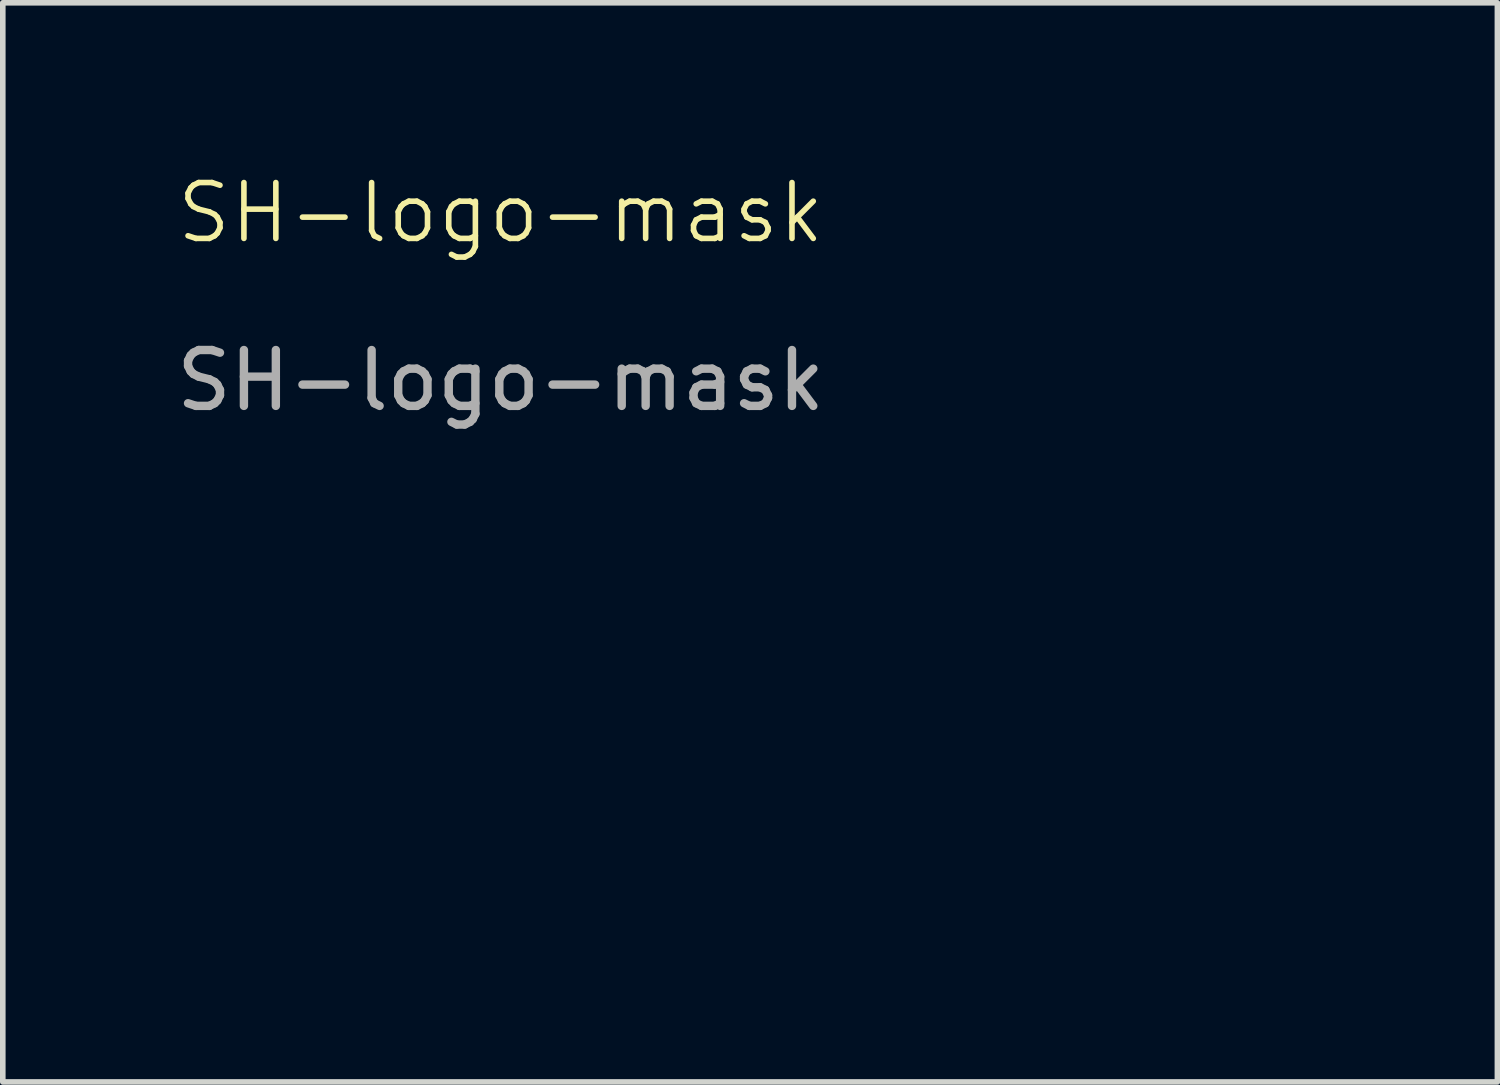
<source format=kicad_pcb>
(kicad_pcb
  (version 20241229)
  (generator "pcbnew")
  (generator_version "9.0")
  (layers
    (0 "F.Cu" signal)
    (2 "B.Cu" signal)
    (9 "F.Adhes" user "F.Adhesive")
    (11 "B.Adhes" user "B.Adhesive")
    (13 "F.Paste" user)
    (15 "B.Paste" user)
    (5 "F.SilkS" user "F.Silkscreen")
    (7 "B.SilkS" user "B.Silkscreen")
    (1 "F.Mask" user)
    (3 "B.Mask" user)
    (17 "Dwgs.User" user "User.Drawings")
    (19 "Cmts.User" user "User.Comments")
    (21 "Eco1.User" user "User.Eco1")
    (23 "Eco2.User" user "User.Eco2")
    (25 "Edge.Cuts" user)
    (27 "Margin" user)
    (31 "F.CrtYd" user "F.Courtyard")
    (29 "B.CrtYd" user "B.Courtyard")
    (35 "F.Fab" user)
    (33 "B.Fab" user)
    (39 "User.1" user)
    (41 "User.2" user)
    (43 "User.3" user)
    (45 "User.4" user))
  (footprint "SH-logo-mask"
    (layer "F.Cu")
    (at 5.911 1.26)
    (property "Reference" "SH-logo-mask" (at 0 -0.5 0) (unlocked yes) (layer "F.SilkS") (effects (font (size 1 1) (thickness 0.1))))
    (attr smd)
    (fp_poly (pts (xy 5.433 10.777) (xy 5.186 10.777) (xy 5.186 10.566) (xy 5.433 10.566)) (stroke (width 0) (type solid)) (fill yes) (layer "F.Mask"))
    (fp_poly (pts (xy 5.433 11.73) (xy 5.186 11.73) (xy 5.186 10.883) (xy 5.433 10.883)) (stroke (width 0) (type solid)) (fill yes) (layer "F.Mask"))
    (fp_poly (pts (xy 11.042 11.73) (xy 10.777 11.73) (xy 10.777 11.448) (xy 11.042 11.448)) (stroke (width 0) (type solid)) (fill yes) (layer "F.Mask"))
    (fp_poly (pts (xy 8.184 11.06) (xy 8.625 11.06) (xy 8.625 10.619) (xy 8.908 10.619) (xy 8.908 11.73) (xy 8.625 11.73) (xy 8.625 11.271) (xy 8.184 11.271) (xy 8.184 11.73) (xy 7.902 11.73) (xy 7.902 10.619) (xy 8.184 10.619)) (stroke (width 0) (type solid)) (fill yes) (layer "F.Mask"))
    (fp_poly (pts (xy 5.027 11.088) (xy 4.925 11.081) (xy 4.909 11.08) (xy 4.894 11.079) (xy 4.881 11.078) (xy 4.869 11.078) (xy 4.858 11.079) (xy 4.853 11.079) (xy 4.848 11.079) (xy 4.843 11.08) (xy 4.839 11.081) (xy 4.834 11.082) (xy 4.83 11.083) (xy 4.826 11.084) (xy 4.822 11.085) (xy 4.818 11.086) (xy 4.814 11.088) (xy 4.81 11.09) (xy 4.807 11.092) (xy 4.803 11.094) (xy 4.799 11.096) (xy 4.791 11.101) (xy 4.783 11.107) (xy 4.775 11.114) (xy 4.766 11.121) (xy 4.753 11.133) (xy 4.741 11.145) (xy 4.73 11.158) (xy 4.72 11.173) (xy 4.712 11.188) (xy 4.704 11.205) (xy 4.698 11.224) (xy 4.692 11.244) (xy 4.688 11.267) (xy 4.684 11.293) (xy 4.681 11.321) (xy 4.678 11.352) (xy 4.676 11.387) (xy 4.675 11.425) (xy 4.674 11.513) (xy 4.674 11.73) (xy 4.427 11.73) (xy 4.427 10.883) (xy 4.674 10.883) (xy 4.674 11.031) (xy 4.741 10.966) (xy 4.748 10.959) (xy 4.756 10.952) (xy 4.764 10.945) (xy 4.772 10.939) (xy 4.78 10.932) (xy 4.788 10.926) (xy 4.796 10.92) (xy 4.805 10.914) (xy 4.813 10.909) (xy 4.821 10.904) (xy 4.828 10.899) (xy 4.836 10.895) (xy 4.843 10.891) (xy 4.85 10.888) (xy 4.856 10.885) (xy 4.861 10.883) (xy 4.873 10.88) (xy 4.886 10.878) (xy 4.9 10.875) (xy 4.915 10.873) (xy 4.93 10.87) (xy 4.944 10.869) (xy 4.958 10.868) (xy 4.964 10.867) (xy 4.971 10.867) (xy 5.027 10.866)) (stroke (width 0) (type solid)) (fill yes) (layer "F.Mask"))
    (fp_poly (pts (xy 3.581 11.174) (xy 3.581 11.222) (xy 3.581 11.264) (xy 3.581 11.301) (xy 3.582 11.334) (xy 3.582 11.362) (xy 3.583 11.387) (xy 3.584 11.398) (xy 3.585 11.408) (xy 3.586 11.417) (xy 3.586 11.426) (xy 3.587 11.434) (xy 3.588 11.441) (xy 3.59 11.448) (xy 3.591 11.454) (xy 3.592 11.46) (xy 3.594 11.465) (xy 3.595 11.47) (xy 3.597 11.474) (xy 3.599 11.478) (xy 3.601 11.482) (xy 3.603 11.485) (xy 3.605 11.488) (xy 3.608 11.492) (xy 3.61 11.495) (xy 3.613 11.498) (xy 3.616 11.501) (xy 3.62 11.505) (xy 3.625 11.509) (xy 3.63 11.512) (xy 3.635 11.516) (xy 3.641 11.519) (xy 3.646 11.522) (xy 3.652 11.524) (xy 3.658 11.526) (xy 3.671 11.53) (xy 3.684 11.533) (xy 3.697 11.534) (xy 3.711 11.535) (xy 3.725 11.534) (xy 3.738 11.533) (xy 3.752 11.53) (xy 3.765 11.526) (xy 3.778 11.522) (xy 3.785 11.519) (xy 3.791 11.516) (xy 3.797 11.512) (xy 3.803 11.509) (xy 3.808 11.505) (xy 3.814 11.501) (xy 3.825 11.491) (xy 3.835 11.48) (xy 3.844 11.467) (xy 3.853 11.452) (xy 3.861 11.436) (xy 3.867 11.417) (xy 3.874 11.397) (xy 3.879 11.374) (xy 3.884 11.349) (xy 3.888 11.321) (xy 3.891 11.291) (xy 3.894 11.258) (xy 3.896 11.222) (xy 3.897 11.183) (xy 3.898 11.097) (xy 3.898 10.883) (xy 4.145 10.883) (xy 4.145 11.73) (xy 3.898 11.73) (xy 3.898 11.605) (xy 3.833 11.656) (xy 3.809 11.673) (xy 3.785 11.689) (xy 3.76 11.702) (xy 3.736 11.714) (xy 3.711 11.723) (xy 3.686 11.731) (xy 3.662 11.737) (xy 3.637 11.74) (xy 3.612 11.741) (xy 3.587 11.741) (xy 3.563 11.738) (xy 3.538 11.734) (xy 3.514 11.727) (xy 3.49 11.718) (xy 3.466 11.707) (xy 3.443 11.695) (xy 3.425 11.683) (xy 3.408 11.671) (xy 3.394 11.658) (xy 3.381 11.644) (xy 3.37 11.629) (xy 3.36 11.612) (xy 3.352 11.591) (xy 3.345 11.568) (xy 3.339 11.541) (xy 3.334 11.511) (xy 3.33 11.475) (xy 3.327 11.435) (xy 3.323 11.337) (xy 3.32 11.213) (xy 3.313 10.883) (xy 3.581 10.883)) (stroke (width 0) (type solid)) (fill yes) (layer "F.Mask"))
    (fp_poly (pts (xy 6.26 10.872) (xy 6.272 10.873) (xy 6.285 10.874) (xy 6.298 10.876) (xy 6.31 10.878) (xy 6.322 10.881) (xy 6.334 10.884) (xy 6.346 10.888) (xy 6.358 10.892) (xy 6.369 10.897) (xy 6.38 10.902) (xy 6.391 10.907) (xy 6.402 10.913) (xy 6.412 10.919) (xy 6.422 10.926) (xy 6.432 10.933) (xy 6.441 10.941) (xy 6.45 10.949) (xy 6.458 10.957) (xy 6.466 10.966) (xy 6.474 10.975) (xy 6.481 10.985) (xy 6.488 10.995) (xy 6.494 11.005) (xy 6.5 11.015) (xy 6.51 11.039) (xy 6.514 11.051) (xy 6.518 11.064) (xy 6.522 11.078) (xy 6.525 11.093) (xy 6.529 11.13) (xy 6.533 11.177) (xy 6.536 11.237) (xy 6.538 11.313) (xy 6.541 11.407) (xy 6.548 11.73) (xy 6.279 11.73) (xy 6.279 11.455) (xy 6.279 11.396) (xy 6.279 11.343) (xy 6.277 11.296) (xy 6.276 11.275) (xy 6.275 11.255) (xy 6.274 11.237) (xy 6.272 11.219) (xy 6.27 11.203) (xy 6.268 11.189) (xy 6.266 11.175) (xy 6.263 11.163) (xy 6.26 11.151) (xy 6.257 11.141) (xy 6.253 11.132) (xy 6.249 11.123) (xy 6.245 11.115) (xy 6.24 11.109) (xy 6.235 11.103) (xy 6.229 11.098) (xy 6.223 11.093) (xy 6.216 11.089) (xy 6.209 11.086) (xy 6.202 11.083) (xy 6.194 11.081) (xy 6.185 11.08) (xy 6.176 11.079) (xy 6.166 11.078) (xy 6.156 11.077) (xy 6.145 11.077) (xy 6.138 11.077) (xy 6.132 11.078) (xy 6.125 11.079) (xy 6.118 11.08) (xy 6.111 11.081) (xy 6.105 11.083) (xy 6.098 11.085) (xy 6.091 11.088) (xy 6.085 11.09) (xy 6.079 11.093) (xy 6.073 11.096) (xy 6.066 11.1) (xy 6.06 11.104) (xy 6.055 11.108) (xy 6.049 11.112) (xy 6.043 11.116) (xy 6.033 11.126) (xy 6.023 11.136) (xy 6.013 11.148) (xy 6.005 11.16) (xy 5.997 11.173) (xy 5.994 11.179) (xy 5.99 11.186) (xy 5.987 11.193) (xy 5.984 11.2) (xy 5.982 11.207) (xy 5.98 11.215) (xy 5.976 11.232) (xy 5.973 11.258) (xy 5.97 11.289) (xy 5.967 11.326) (xy 5.965 11.368) (xy 5.963 11.412) (xy 5.962 11.458) (xy 5.962 11.504) (xy 5.962 11.73) (xy 5.715 11.73) (xy 5.715 10.883) (xy 5.962 10.883) (xy 5.962 11.008) (xy 6.029 10.956) (xy 6.036 10.95) (xy 6.043 10.945) (xy 6.051 10.939) (xy 6.059 10.934) (xy 6.076 10.924) (xy 6.093 10.914) (xy 6.11 10.904) (xy 6.119 10.9) (xy 6.127 10.896) (xy 6.135 10.893) (xy 6.142 10.89) (xy 6.149 10.887) (xy 6.156 10.885) (xy 6.169 10.881) (xy 6.182 10.878) (xy 6.195 10.876) (xy 6.208 10.874) (xy 6.221 10.873) (xy 6.234 10.872) (xy 6.247 10.872)) (stroke (width 0) (type solid)) (fill yes) (layer "F.Mask"))
    (fp_poly (pts (xy 11.754 10.87) (xy 11.771 10.871) (xy 11.788 10.872) (xy 11.806 10.873) (xy 11.823 10.875) (xy 11.841 10.878) (xy 11.859 10.881) (xy 11.878 10.884) (xy 11.897 10.888) (xy 11.986 10.91) (xy 11.991 11.01) (xy 11.996 11.111) (xy 11.934 11.086) (xy 11.922 11.081) (xy 11.909 11.077) (xy 11.896 11.073) (xy 11.883 11.07) (xy 11.87 11.067) (xy 11.856 11.065) (xy 11.843 11.063) (xy 11.829 11.062) (xy 11.816 11.061) (xy 11.802 11.061) (xy 11.788 11.061) (xy 11.775 11.061) (xy 11.762 11.062) (xy 11.748 11.064) (xy 11.735 11.066) (xy 11.723 11.068) (xy 11.71 11.071) (xy 11.698 11.075) (xy 11.686 11.078) (xy 11.674 11.082) (xy 11.663 11.087) (xy 11.652 11.092) (xy 11.642 11.097) (xy 11.632 11.103) (xy 11.622 11.109) (xy 11.613 11.115) (xy 11.605 11.122) (xy 11.597 11.13) (xy 11.59 11.137) (xy 11.584 11.145) (xy 11.578 11.153) (xy 11.573 11.162) (xy 11.567 11.173) (xy 11.562 11.184) (xy 11.558 11.196) (xy 11.554 11.208) (xy 11.551 11.22) (xy 11.548 11.232) (xy 11.545 11.244) (xy 11.544 11.257) (xy 11.542 11.269) (xy 11.542 11.282) (xy 11.541 11.294) (xy 11.541 11.307) (xy 11.542 11.319) (xy 11.543 11.332) (xy 11.545 11.344) (xy 11.547 11.357) (xy 11.549 11.369) (xy 11.552 11.381) (xy 11.556 11.392) (xy 11.56 11.404) (xy 11.564 11.415) (xy 11.569 11.426) (xy 11.574 11.437) (xy 11.58 11.447) (xy 11.586 11.457) (xy 11.592 11.466) (xy 11.599 11.475) (xy 11.607 11.484) (xy 11.614 11.492) (xy 11.622 11.499) (xy 11.631 11.506) (xy 11.64 11.513) (xy 11.654 11.521) (xy 11.669 11.529) (xy 11.685 11.535) (xy 11.702 11.541) (xy 11.72 11.545) (xy 11.739 11.549) (xy 11.758 11.552) (xy 11.778 11.553) (xy 11.798 11.554) (xy 11.818 11.553) (xy 11.838 11.551) (xy 11.858 11.549) (xy 11.878 11.545) (xy 11.897 11.54) (xy 11.916 11.534) (xy 11.934 11.527) (xy 11.996 11.502) (xy 11.991 11.603) (xy 11.986 11.703) (xy 11.889 11.726) (xy 11.866 11.731) (xy 11.843 11.734) (xy 11.819 11.737) (xy 11.794 11.739) (xy 11.769 11.74) (xy 11.744 11.74) (xy 11.718 11.739) (xy 11.693 11.738) (xy 11.668 11.735) (xy 11.643 11.732) (xy 11.618 11.728) (xy 11.595 11.723) (xy 11.572 11.718) (xy 11.55 11.711) (xy 11.529 11.704) (xy 11.509 11.696) (xy 11.491 11.688) (xy 11.473 11.678) (xy 11.456 11.668) (xy 11.44 11.657) (xy 11.424 11.645) (xy 11.409 11.632) (xy 11.395 11.619) (xy 11.382 11.605) (xy 11.369 11.59) (xy 11.357 11.575) (xy 11.345 11.559) (xy 11.335 11.543) (xy 11.316 11.509) (xy 11.301 11.472) (xy 11.288 11.435) (xy 11.279 11.395) (xy 11.274 11.355) (xy 11.271 11.313) (xy 11.273 11.271) (xy 11.278 11.229) (xy 11.287 11.186) (xy 11.299 11.142) (xy 11.309 11.118) (xy 11.32 11.094) (xy 11.332 11.071) (xy 11.346 11.05) (xy 11.361 11.029) (xy 11.378 11.01) (xy 11.396 10.992) (xy 11.415 10.974) (xy 11.436 10.959) (xy 11.458 10.944) (xy 11.481 10.93) (xy 11.505 10.918) (xy 11.53 10.907) (xy 11.556 10.898) (xy 11.583 10.89) (xy 11.612 10.883) (xy 11.631 10.88) (xy 11.649 10.877) (xy 11.667 10.875) (xy 11.685 10.873) (xy 11.702 10.871) (xy 11.72 10.87) (xy 11.737 10.87)) (stroke (width 0) (type solid)) (fill yes) (layer "F.Mask"))
    (fp_poly (pts (xy 2.829 10.87) (xy 2.846 10.871) (xy 2.863 10.872) (xy 2.88 10.873) (xy 2.898 10.875) (xy 2.916 10.878) (xy 2.934 10.881) (xy 2.953 10.884) (xy 2.972 10.888) (xy 3.06 10.91) (xy 3.066 11.01) (xy 3.071 11.111) (xy 3.009 11.086) (xy 2.997 11.081) (xy 2.984 11.077) (xy 2.971 11.073) (xy 2.958 11.07) (xy 2.944 11.067) (xy 2.931 11.065) (xy 2.917 11.063) (xy 2.904 11.062) (xy 2.89 11.061) (xy 2.877 11.061) (xy 2.863 11.061) (xy 2.85 11.061) (xy 2.836 11.062) (xy 2.823 11.064) (xy 2.81 11.066) (xy 2.797 11.068) (xy 2.785 11.071) (xy 2.772 11.075) (xy 2.76 11.078) (xy 2.749 11.082) (xy 2.738 11.087) (xy 2.727 11.092) (xy 2.716 11.097) (xy 2.706 11.103) (xy 2.697 11.109) (xy 2.688 11.115) (xy 2.68 11.122) (xy 2.672 11.13) (xy 2.665 11.137) (xy 2.658 11.145) (xy 2.653 11.153) (xy 2.648 11.162) (xy 2.642 11.173) (xy 2.637 11.184) (xy 2.633 11.196) (xy 2.629 11.208) (xy 2.625 11.22) (xy 2.623 11.232) (xy 2.62 11.244) (xy 2.618 11.257) (xy 2.617 11.269) (xy 2.616 11.282) (xy 2.616 11.294) (xy 2.616 11.307) (xy 2.617 11.319) (xy 2.618 11.332) (xy 2.619 11.344) (xy 2.622 11.357) (xy 2.624 11.369) (xy 2.627 11.381) (xy 2.631 11.392) (xy 2.635 11.404) (xy 2.639 11.415) (xy 2.644 11.426) (xy 2.649 11.437) (xy 2.655 11.447) (xy 2.661 11.457) (xy 2.667 11.466) (xy 2.674 11.475) (xy 2.681 11.484) (xy 2.689 11.492) (xy 2.697 11.499) (xy 2.706 11.506) (xy 2.715 11.513) (xy 2.729 11.521) (xy 2.744 11.529) (xy 2.76 11.535) (xy 2.777 11.541) (xy 2.795 11.545) (xy 2.814 11.549) (xy 2.833 11.552) (xy 2.853 11.553) (xy 2.873 11.554) (xy 2.893 11.553) (xy 2.913 11.551) (xy 2.933 11.549) (xy 2.953 11.545) (xy 2.972 11.54) (xy 2.991 11.534) (xy 3.009 11.527) (xy 3.071 11.502) (xy 3.066 11.603) (xy 3.06 11.703) (xy 2.963 11.726) (xy 2.939 11.732) (xy 2.914 11.736) (xy 2.89 11.739) (xy 2.865 11.742) (xy 2.841 11.743) (xy 2.817 11.743) (xy 2.794 11.743) (xy 2.77 11.741) (xy 2.747 11.739) (xy 2.724 11.736) (xy 2.702 11.732) (xy 2.68 11.727) (xy 2.658 11.721) (xy 2.637 11.715) (xy 2.617 11.707) (xy 2.597 11.699) (xy 2.577 11.69) (xy 2.558 11.68) (xy 2.54 11.67) (xy 2.522 11.658) (xy 2.505 11.646) (xy 2.489 11.634) (xy 2.474 11.62) (xy 2.459 11.606) (xy 2.445 11.592) (xy 2.432 11.576) (xy 2.42 11.56) (xy 2.409 11.543) (xy 2.399 11.526) (xy 2.39 11.508) (xy 2.381 11.49) (xy 2.374 11.471) (xy 2.366 11.445) (xy 2.359 11.419) (xy 2.354 11.394) (xy 2.35 11.369) (xy 2.347 11.344) (xy 2.345 11.319) (xy 2.345 11.295) (xy 2.346 11.271) (xy 2.348 11.247) (xy 2.351 11.224) (xy 2.356 11.201) (xy 2.361 11.179) (xy 2.368 11.157) (xy 2.376 11.135) (xy 2.385 11.114) (xy 2.395 11.094) (xy 2.406 11.075) (xy 2.418 11.056) (xy 2.431 11.038) (xy 2.445 11.02) (xy 2.46 11.004) (xy 2.476 10.988) (xy 2.493 10.973) (xy 2.511 10.959) (xy 2.53 10.946) (xy 2.55 10.934) (xy 2.571 10.922) (xy 2.592 10.912) (xy 2.615 10.903) (xy 2.638 10.896) (xy 2.662 10.889) (xy 2.686 10.883) (xy 2.705 10.88) (xy 2.724 10.877) (xy 2.742 10.875) (xy 2.76 10.873) (xy 2.777 10.871) (xy 2.794 10.87) (xy 2.812 10.87)) (stroke (width 0) (type solid)) (fill yes) (layer "F.Mask"))
    (fp_poly (pts (xy 13.835 10.867) (xy 13.842 10.868) (xy 13.856 10.869) (xy 13.871 10.873) (xy 13.887 10.877) (xy 13.903 10.882) (xy 13.919 10.888) (xy 13.936 10.895) (xy 13.952 10.903) (xy 13.968 10.912) (xy 13.983 10.921) (xy 13.997 10.93) (xy 14.011 10.94) (xy 14.023 10.95) (xy 14.034 10.96) (xy 14.044 10.97) (xy 14.048 10.975) (xy 14.051 10.98) (xy 14.081 11.026) (xy 14.136 10.973) (xy 14.147 10.962) (xy 14.159 10.952) (xy 14.171 10.943) (xy 14.183 10.934) (xy 14.196 10.925) (xy 14.208 10.917) (xy 14.221 10.91) (xy 14.234 10.904) (xy 14.247 10.898) (xy 14.26 10.892) (xy 14.273 10.887) (xy 14.287 10.883) (xy 14.3 10.88) (xy 14.313 10.877) (xy 14.327 10.875) (xy 14.34 10.873) (xy 14.353 10.872) (xy 14.367 10.871) (xy 14.38 10.872) (xy 14.393 10.872) (xy 14.406 10.874) (xy 14.419 10.876) (xy 14.431 10.879) (xy 14.444 10.882) (xy 14.456 10.886) (xy 14.468 10.891) (xy 14.48 10.896) (xy 14.492 10.902) (xy 14.504 10.909) (xy 14.515 10.916) (xy 14.526 10.924) (xy 14.536 10.933) (xy 14.553 10.947) (xy 14.568 10.961) (xy 14.581 10.975) (xy 14.592 10.991) (xy 14.602 11.007) (xy 14.61 11.025) (xy 14.617 11.046) (xy 14.623 11.069) (xy 14.628 11.096) (xy 14.632 11.126) (xy 14.635 11.16) (xy 14.637 11.199) (xy 14.64 11.294) (xy 14.64 11.412) (xy 14.64 11.73) (xy 14.393 11.73) (xy 14.393 11.456) (xy 14.393 11.395) (xy 14.392 11.339) (xy 14.39 11.289) (xy 14.388 11.245) (xy 14.387 11.225) (xy 14.385 11.207) (xy 14.383 11.191) (xy 14.381 11.177) (xy 14.379 11.164) (xy 14.377 11.154) (xy 14.375 11.145) (xy 14.372 11.139) (xy 14.368 11.131) (xy 14.363 11.123) (xy 14.358 11.116) (xy 14.352 11.109) (xy 14.346 11.104) (xy 14.34 11.098) (xy 14.333 11.094) (xy 14.326 11.09) (xy 14.318 11.086) (xy 14.311 11.083) (xy 14.303 11.081) (xy 14.294 11.08) (xy 14.286 11.079) (xy 14.278 11.078) (xy 14.269 11.078) (xy 14.261 11.079) (xy 14.252 11.08) (xy 14.244 11.082) (xy 14.235 11.084) (xy 14.227 11.087) (xy 14.218 11.091) (xy 14.21 11.095) (xy 14.202 11.099) (xy 14.194 11.104) (xy 14.187 11.11) (xy 14.179 11.116) (xy 14.172 11.123) (xy 14.166 11.131) (xy 14.159 11.139) (xy 14.153 11.147) (xy 14.148 11.156) (xy 14.143 11.165) (xy 14.138 11.175) (xy 14.134 11.185) (xy 14.13 11.195) (xy 14.127 11.207) (xy 14.124 11.219) (xy 14.121 11.232) (xy 14.119 11.247) (xy 14.117 11.264) (xy 14.114 11.303) (xy 14.112 11.35) (xy 14.111 11.408) (xy 14.111 11.478) (xy 14.111 11.73) (xy 13.847 11.73) (xy 13.847 11.442) (xy 13.846 11.384) (xy 13.846 11.332) (xy 13.845 11.286) (xy 13.843 11.246) (xy 13.842 11.228) (xy 13.841 11.212) (xy 13.839 11.196) (xy 13.838 11.182) (xy 13.836 11.169) (xy 13.833 11.157) (xy 13.831 11.146) (xy 13.828 11.136) (xy 13.825 11.127) (xy 13.821 11.119) (xy 13.818 11.112) (xy 13.813 11.106) (xy 13.809 11.1) (xy 13.804 11.095) (xy 13.799 11.091) (xy 13.793 11.088) (xy 13.787 11.085) (xy 13.78 11.083) (xy 13.773 11.081) (xy 13.765 11.079) (xy 13.757 11.078) (xy 13.749 11.078) (xy 13.74 11.077) (xy 13.73 11.077) (xy 13.707 11.078) (xy 13.687 11.082) (xy 13.668 11.089) (xy 13.659 11.093) (xy 13.651 11.098) (xy 13.643 11.104) (xy 13.635 11.11) (xy 13.628 11.118) (xy 13.622 11.126) (xy 13.61 11.145) (xy 13.6 11.168) (xy 13.591 11.194) (xy 13.583 11.225) (xy 13.577 11.26) (xy 13.572 11.299) (xy 13.569 11.343) (xy 13.566 11.392) (xy 13.565 11.445) (xy 13.564 11.504) (xy 13.564 11.73) (xy 13.317 11.73) (xy 13.317 10.883) (xy 13.564 10.883) (xy 13.564 11.014) (xy 13.614 10.966) (xy 13.619 10.961) (xy 13.625 10.956) (xy 13.637 10.946) (xy 13.651 10.936) (xy 13.666 10.926) (xy 13.681 10.916) (xy 13.688 10.912) (xy 13.696 10.908) (xy 13.703 10.904) (xy 13.71 10.9) (xy 13.717 10.897) (xy 13.723 10.894) (xy 13.729 10.891) (xy 13.736 10.889) (xy 13.75 10.884) (xy 13.765 10.879) (xy 13.779 10.875) (xy 13.793 10.872) (xy 13.8 10.871) (xy 13.807 10.869) (xy 13.813 10.869) (xy 13.819 10.868) (xy 13.824 10.867) (xy 13.829 10.867)) (stroke (width 0) (type solid)) (fill yes) (layer "F.Mask"))
    (fp_poly (pts (xy 10.116 10.984) (xy 10.133 11.058) (xy 10.15 11.129) (xy 10.18 11.254) (xy 10.203 11.343) (xy 10.21 11.371) (xy 10.215 11.386) (xy 10.22 11.401) (xy 10.223 11.405) (xy 10.225 11.407) (xy 10.228 11.406) (xy 10.232 11.4) (xy 10.236 11.391) (xy 10.241 11.376) (xy 10.253 11.331) (xy 10.271 11.26) (xy 10.328 11.024) (xy 10.387 10.772) (xy 10.407 10.688) (xy 10.418 10.649) (xy 10.419 10.644) (xy 10.421 10.64) (xy 10.424 10.637) (xy 10.427 10.633) (xy 10.431 10.631) (xy 10.436 10.628) (xy 10.443 10.626) (xy 10.45 10.624) (xy 10.458 10.623) (xy 10.468 10.622) (xy 10.479 10.621) (xy 10.491 10.62) (xy 10.521 10.619) (xy 10.559 10.619) (xy 10.58 10.619) (xy 10.598 10.619) (xy 10.615 10.619) (xy 10.622 10.619) (xy 10.629 10.62) (xy 10.635 10.62) (xy 10.641 10.62) (xy 10.647 10.621) (xy 10.652 10.621) (xy 10.657 10.622) (xy 10.661 10.622) (xy 10.665 10.623) (xy 10.668 10.624) (xy 10.671 10.625) (xy 10.674 10.625) (xy 10.676 10.626) (xy 10.678 10.627) (xy 10.679 10.628) (xy 10.68 10.629) (xy 10.681 10.629) (xy 10.681 10.63) (xy 10.682 10.631) (xy 10.682 10.631) (xy 10.683 10.632) (xy 10.683 10.633) (xy 10.683 10.634) (xy 10.684 10.634) (xy 10.684 10.635) (xy 10.684 10.636) (xy 10.684 10.638) (xy 10.684 10.64) (xy 10.684 10.642) (xy 10.683 10.644) (xy 10.683 10.646) (xy 10.682 10.649) (xy 10.641 10.816) (xy 10.557 11.174) (xy 10.472 11.532) (xy 10.445 11.649) (xy 10.432 11.7) (xy 10.43 11.705) (xy 10.428 11.709) (xy 10.425 11.713) (xy 10.421 11.716) (xy 10.417 11.719) (xy 10.411 11.722) (xy 10.405 11.723) (xy 10.396 11.725) (xy 10.387 11.726) (xy 10.375 11.727) (xy 10.362 11.727) (xy 10.346 11.728) (xy 10.309 11.727) (xy 10.261 11.726) (xy 10.098 11.721) (xy 10.001 11.31) (xy 9.982 11.228) (xy 9.963 11.152) (xy 9.945 11.082) (xy 9.93 11.021) (xy 9.916 10.971) (xy 9.905 10.933) (xy 9.898 10.909) (xy 9.895 10.903) (xy 9.894 10.901) (xy 9.894 10.901) (xy 9.892 10.903) (xy 9.89 10.909) (xy 9.882 10.933) (xy 9.859 11.021) (xy 9.826 11.152) (xy 9.788 11.31) (xy 9.691 11.721) (xy 9.53 11.726) (xy 9.505 11.727) (xy 9.482 11.727) (xy 9.462 11.728) (xy 9.445 11.728) (xy 9.437 11.728) (xy 9.429 11.727) (xy 9.422 11.727) (xy 9.416 11.727) (xy 9.41 11.727) (xy 9.404 11.726) (xy 9.399 11.726) (xy 9.394 11.725) (xy 9.39 11.724) (xy 9.386 11.723) (xy 9.383 11.723) (xy 9.38 11.722) (xy 9.377 11.72) (xy 9.374 11.719) (xy 9.372 11.718) (xy 9.37 11.716) (xy 9.368 11.715) (xy 9.366 11.713) (xy 9.365 11.711) (xy 9.363 11.709) (xy 9.362 11.707) (xy 9.361 11.705) (xy 9.36 11.702) (xy 9.359 11.7) (xy 9.226 11.153) (xy 9.102 10.624) (xy 9.102 10.623) (xy 9.104 10.623) (xy 9.112 10.622) (xy 9.124 10.621) (xy 9.14 10.62) (xy 9.181 10.619) (xy 9.232 10.619) (xy 9.252 10.619) (xy 9.27 10.619) (xy 9.286 10.619) (xy 9.293 10.62) (xy 9.3 10.62) (xy 9.306 10.62) (xy 9.312 10.621) (xy 9.318 10.621) (xy 9.323 10.622) (xy 9.328 10.622) (xy 9.333 10.623) (xy 9.337 10.624) (xy 9.341 10.624) (xy 9.345 10.625) (xy 9.348 10.626) (xy 9.351 10.627) (xy 9.354 10.628) (xy 9.357 10.629) (xy 9.359 10.631) (xy 9.361 10.632) (xy 9.363 10.633) (xy 9.365 10.635) (xy 9.367 10.637) (xy 9.368 10.638) (xy 9.369 10.64) (xy 9.37 10.642) (xy 9.371 10.644) (xy 9.372 10.646) (xy 9.373 10.649) (xy 9.404 10.772) (xy 9.463 11.024) (xy 9.492 11.147) (xy 9.504 11.198) (xy 9.514 11.242) (xy 9.524 11.279) (xy 9.531 11.311) (xy 9.538 11.338) (xy 9.541 11.349) (xy 9.544 11.36) (xy 9.546 11.369) (xy 9.549 11.377) (xy 9.551 11.384) (xy 9.553 11.39) (xy 9.554 11.396) (xy 9.556 11.4) (xy 9.557 11.404) (xy 9.559 11.407) (xy 9.559 11.408) (xy 9.56 11.409) (xy 9.561 11.41) (xy 9.561 11.41) (xy 9.562 11.411) (xy 9.562 11.412) (xy 9.563 11.412) (xy 9.563 11.412) (xy 9.564 11.412) (xy 9.564 11.412) (xy 9.565 11.412) (xy 9.565 11.412) (xy 9.566 11.412) (xy 9.566 11.411) (xy 9.567 11.411) (xy 9.571 11.401) (xy 9.577 11.377) (xy 9.6 11.29) (xy 9.631 11.164) (xy 9.668 11.01) (xy 9.761 10.619) (xy 10.029 10.619)) (stroke (width 0) (type solid)) (fill yes) (layer "F.Mask"))
    (fp_poly (pts (xy 12.684 10.875) (xy 12.723 10.88) (xy 12.762 10.886) (xy 12.799 10.895) (xy 12.835 10.907) (xy 12.87 10.92) (xy 12.903 10.935) (xy 12.918 10.944) (xy 12.933 10.953) (xy 12.947 10.962) (xy 12.961 10.972) (xy 12.974 10.982) (xy 12.986 10.993) (xy 12.997 11.004) (xy 13.008 11.016) (xy 13.018 11.028) (xy 13.026 11.04) (xy 13.038 11.059) (xy 13.048 11.078) (xy 13.058 11.099) (xy 13.067 11.12) (xy 13.075 11.142) (xy 13.081 11.165) (xy 13.087 11.189) (xy 13.092 11.212) (xy 13.095 11.237) (xy 13.098 11.261) (xy 13.1 11.286) (xy 13.1 11.31) (xy 13.099 11.335) (xy 13.097 11.359) (xy 13.094 11.383) (xy 13.09 11.407) (xy 13.084 11.433) (xy 13.078 11.458) (xy 13.071 11.482) (xy 13.063 11.504) (xy 13.054 11.524) (xy 13.044 11.544) (xy 13.033 11.562) (xy 13.027 11.571) (xy 13.021 11.579) (xy 13.014 11.588) (xy 13.008 11.596) (xy 12.994 11.611) (xy 12.978 11.626) (xy 12.962 11.639) (xy 12.944 11.653) (xy 12.924 11.665) (xy 12.904 11.678) (xy 12.882 11.689) (xy 12.851 11.704) (xy 12.837 11.71) (xy 12.824 11.715) (xy 12.811 11.719) (xy 12.798 11.723) (xy 12.785 11.727) (xy 12.773 11.73) (xy 12.759 11.732) (xy 12.746 11.734) (xy 12.731 11.735) (xy 12.715 11.736) (xy 12.698 11.737) (xy 12.68 11.737) (xy 12.638 11.737) (xy 12.617 11.736) (xy 12.595 11.735) (xy 12.575 11.734) (xy 12.554 11.732) (xy 12.535 11.729) (xy 12.515 11.725) (xy 12.497 11.721) (xy 12.479 11.717) (xy 12.461 11.712) (xy 12.444 11.706) (xy 12.427 11.7) (xy 12.411 11.693) (xy 12.396 11.686) (xy 12.381 11.678) (xy 12.366 11.669) (xy 12.353 11.66) (xy 12.339 11.651) (xy 12.326 11.64) (xy 12.314 11.63) (xy 12.302 11.618) (xy 12.291 11.607) (xy 12.28 11.594) (xy 12.27 11.581) (xy 12.261 11.568) (xy 12.252 11.554) (xy 12.243 11.539) (xy 12.235 11.524) (xy 12.228 11.508) (xy 12.221 11.492) (xy 12.215 11.476) (xy 12.209 11.458) (xy 12.204 11.441) (xy 12.199 11.419) (xy 12.195 11.397) (xy 12.193 11.373) (xy 12.191 11.349) (xy 12.19 11.324) (xy 12.191 11.299) (xy 12.191 11.298) (xy 12.458 11.298) (xy 12.459 11.33) (xy 12.463 11.363) (xy 12.469 11.396) (xy 12.471 11.405) (xy 12.473 11.414) (xy 12.476 11.423) (xy 12.479 11.431) (xy 12.482 11.439) (xy 12.485 11.447) (xy 12.489 11.455) (xy 12.493 11.462) (xy 12.497 11.469) (xy 12.501 11.476) (xy 12.505 11.482) (xy 12.51 11.489) (xy 12.515 11.495) (xy 12.52 11.501) (xy 12.525 11.506) (xy 12.531 11.511) (xy 12.536 11.516) (xy 12.542 11.521) (xy 12.548 11.525) (xy 12.554 11.529) (xy 12.561 11.533) (xy 12.567 11.537) (xy 12.574 11.54) (xy 12.581 11.543) (xy 12.588 11.545) (xy 12.595 11.547) (xy 12.602 11.549) (xy 12.609 11.551) (xy 12.617 11.552) (xy 12.624 11.553) (xy 12.632 11.553) (xy 12.64 11.553) (xy 12.663 11.553) (xy 12.674 11.551) (xy 12.684 11.55) (xy 12.694 11.548) (xy 12.704 11.545) (xy 12.713 11.542) (xy 12.722 11.539) (xy 12.731 11.535) (xy 12.739 11.531) (xy 12.747 11.526) (xy 12.754 11.52) (xy 12.761 11.515) (xy 12.767 11.508) (xy 12.774 11.501) (xy 12.779 11.494) (xy 12.785 11.486) (xy 12.79 11.478) (xy 12.795 11.469) (xy 12.799 11.46) (xy 12.803 11.45) (xy 12.807 11.44) (xy 12.813 11.417) (xy 12.817 11.393) (xy 12.821 11.366) (xy 12.823 11.337) (xy 12.823 11.307) (xy 12.823 11.285) (xy 12.822 11.264) (xy 12.82 11.245) (xy 12.818 11.226) (xy 12.814 11.208) (xy 12.811 11.191) (xy 12.806 11.175) (xy 12.803 11.167) (xy 12.801 11.159) (xy 12.798 11.152) (xy 12.795 11.145) (xy 12.792 11.139) (xy 12.788 11.132) (xy 12.785 11.126) (xy 12.781 11.12) (xy 12.778 11.115) (xy 12.774 11.109) (xy 12.77 11.104) (xy 12.765 11.1) (xy 12.761 11.095) (xy 12.756 11.091) (xy 12.752 11.087) (xy 12.747 11.083) (xy 12.742 11.08) (xy 12.737 11.077) (xy 12.733 11.076) (xy 12.729 11.074) (xy 12.724 11.072) (xy 12.718 11.071) (xy 12.707 11.068) (xy 12.694 11.065) (xy 12.68 11.063) (xy 12.666 11.061) (xy 12.659 11.06) (xy 12.652 11.06) (xy 12.645 11.06) (xy 12.638 11.06) (xy 12.626 11.06) (xy 12.614 11.061) (xy 12.603 11.064) (xy 12.591 11.067) (xy 12.58 11.07) (xy 12.57 11.075) (xy 12.56 11.081) (xy 12.55 11.087) (xy 12.541 11.094) (xy 12.532 11.101) (xy 12.524 11.109) (xy 12.516 11.118) (xy 12.508 11.128) (xy 12.501 11.138) (xy 12.495 11.149) (xy 12.489 11.16) (xy 12.483 11.172) (xy 12.478 11.184) (xy 12.47 11.21) (xy 12.464 11.238) (xy 12.46 11.267) (xy 12.458 11.298) (xy 12.191 11.298) (xy 12.192 11.274) (xy 12.195 11.249) (xy 12.198 11.224) (xy 12.203 11.199) (xy 12.208 11.175) (xy 12.214 11.152) (xy 12.222 11.13) (xy 12.23 11.108) (xy 12.239 11.089) (xy 12.248 11.07) (xy 12.259 11.053) (xy 12.27 11.036) (xy 12.281 11.021) (xy 12.293 11.006) (xy 12.305 10.993) (xy 12.318 10.98) (xy 12.331 10.969) (xy 12.345 10.958) (xy 12.359 10.948) (xy 12.375 10.938) (xy 12.391 10.929) (xy 12.409 10.921) (xy 12.427 10.913) (xy 12.447 10.906) (xy 12.468 10.899) (xy 12.49 10.892) (xy 12.509 10.887) (xy 12.528 10.883) (xy 12.547 10.88) (xy 12.566 10.877) (xy 12.605 10.874) (xy 12.645 10.873)) (stroke (width 0) (type solid)) (fill yes) (layer "F.Mask"))
    (fp_poly (pts (xy 1.78 10.874) (xy 1.804 10.875) (xy 1.827 10.878) (xy 1.851 10.881) (xy 1.874 10.885) (xy 1.896 10.89) (xy 1.917 10.895) (xy 1.938 10.902) (xy 1.956 10.909) (xy 1.974 10.917) (xy 1.998 10.93) (xy 2.021 10.944) (xy 2.042 10.96) (xy 2.062 10.976) (xy 2.08 10.994) (xy 2.097 11.013) (xy 2.112 11.033) (xy 2.126 11.055) (xy 2.139 11.077) (xy 2.151 11.102) (xy 2.161 11.128) (xy 2.17 11.156) (xy 2.178 11.185) (xy 2.184 11.216) (xy 2.19 11.249) (xy 2.194 11.284) (xy 2.207 11.377) (xy 1.887 11.377) (xy 1.813 11.377) (xy 1.749 11.378) (xy 1.695 11.38) (xy 1.671 11.381) (xy 1.65 11.382) (xy 1.631 11.383) (xy 1.615 11.384) (xy 1.601 11.386) (xy 1.59 11.388) (xy 1.581 11.389) (xy 1.575 11.391) (xy 1.573 11.392) (xy 1.571 11.393) (xy 1.57 11.394) (xy 1.57 11.395) (xy 1.57 11.399) (xy 1.571 11.403) (xy 1.571 11.408) (xy 1.572 11.413) (xy 1.574 11.418) (xy 1.575 11.423) (xy 1.579 11.433) (xy 1.584 11.444) (xy 1.59 11.455) (xy 1.597 11.466) (xy 1.604 11.477) (xy 1.612 11.488) (xy 1.621 11.498) (xy 1.629 11.508) (xy 1.638 11.517) (xy 1.648 11.525) (xy 1.657 11.533) (xy 1.662 11.536) (xy 1.666 11.539) (xy 1.671 11.542) (xy 1.676 11.545) (xy 1.694 11.553) (xy 1.714 11.559) (xy 1.736 11.564) (xy 1.759 11.568) (xy 1.783 11.57) (xy 1.809 11.57) (xy 1.836 11.569) (xy 1.864 11.566) (xy 1.893 11.562) (xy 1.923 11.557) (xy 1.954 11.55) (xy 1.986 11.541) (xy 2.019 11.531) (xy 2.053 11.519) (xy 2.087 11.506) (xy 2.122 11.492) (xy 2.127 11.49) (xy 2.131 11.489) (xy 2.135 11.488) (xy 2.136 11.488) (xy 2.138 11.488) (xy 2.139 11.489) (xy 2.141 11.489) (xy 2.142 11.49) (xy 2.143 11.491) (xy 2.144 11.492) (xy 2.145 11.494) (xy 2.147 11.498) (xy 2.148 11.503) (xy 2.149 11.509) (xy 2.15 11.517) (xy 2.151 11.526) (xy 2.151 11.537) (xy 2.152 11.549) (xy 2.152 11.578) (xy 2.152 11.675) (xy 2.051 11.707) (xy 2.026 11.713) (xy 1.997 11.719) (xy 1.966 11.724) (xy 1.933 11.729) (xy 1.898 11.732) (xy 1.862 11.735) (xy 1.826 11.736) (xy 1.789 11.737) (xy 1.74 11.737) (xy 1.718 11.737) (xy 1.699 11.736) (xy 1.682 11.735) (xy 1.666 11.734) (xy 1.651 11.732) (xy 1.637 11.73) (xy 1.624 11.727) (xy 1.611 11.723) (xy 1.598 11.719) (xy 1.584 11.714) (xy 1.571 11.708) (xy 1.556 11.702) (xy 1.541 11.694) (xy 1.524 11.686) (xy 1.51 11.678) (xy 1.497 11.671) (xy 1.484 11.663) (xy 1.472 11.656) (xy 1.461 11.649) (xy 1.451 11.641) (xy 1.441 11.633) (xy 1.432 11.625) (xy 1.423 11.617) (xy 1.414 11.608) (xy 1.406 11.599) (xy 1.398 11.59) (xy 1.39 11.58) (xy 1.382 11.569) (xy 1.375 11.558) (xy 1.367 11.546) (xy 1.351 11.519) (xy 1.344 11.507) (xy 1.339 11.495) (xy 1.334 11.484) (xy 1.329 11.472) (xy 1.326 11.461) (xy 1.323 11.449) (xy 1.32 11.437) (xy 1.318 11.423) (xy 1.317 11.408) (xy 1.316 11.392) (xy 1.315 11.375) (xy 1.314 11.355) (xy 1.314 11.308) (xy 1.314 11.263) (xy 1.315 11.243) (xy 1.316 11.225) (xy 1.317 11.209) (xy 1.318 11.197) (xy 1.575 11.197) (xy 1.576 11.201) (xy 1.576 11.203) (xy 1.577 11.205) (xy 1.579 11.207) (xy 1.58 11.208) (xy 1.585 11.211) (xy 1.592 11.213) (xy 1.601 11.215) (xy 1.612 11.216) (xy 1.627 11.217) (xy 1.643 11.218) (xy 1.687 11.218) (xy 1.744 11.218) (xy 1.923 11.218) (xy 1.923 11.174) (xy 1.922 11.169) (xy 1.922 11.164) (xy 1.921 11.159) (xy 1.919 11.153) (xy 1.917 11.147) (xy 1.915 11.142) (xy 1.913 11.136) (xy 1.91 11.129) (xy 1.907 11.123) (xy 1.903 11.118) (xy 1.9 11.112) (xy 1.896 11.106) (xy 1.892 11.101) (xy 1.888 11.095) (xy 1.883 11.091) (xy 1.879 11.086) (xy 1.87 11.078) (xy 1.861 11.071) (xy 1.852 11.065) (xy 1.842 11.06) (xy 1.832 11.055) (xy 1.822 11.051) (xy 1.811 11.048) (xy 1.8 11.046) (xy 1.789 11.044) (xy 1.778 11.043) (xy 1.767 11.043) (xy 1.755 11.043) (xy 1.744 11.044) (xy 1.733 11.046) (xy 1.721 11.049) (xy 1.71 11.052) (xy 1.699 11.056) (xy 1.688 11.06) (xy 1.677 11.065) (xy 1.667 11.07) (xy 1.657 11.077) (xy 1.647 11.083) (xy 1.638 11.09) (xy 1.629 11.098) (xy 1.621 11.106) (xy 1.613 11.115) (xy 1.605 11.125) (xy 1.599 11.134) (xy 1.593 11.144) (xy 1.587 11.155) (xy 1.583 11.166) (xy 1.579 11.178) (xy 1.576 11.191) (xy 1.575 11.197) (xy 1.318 11.197) (xy 1.318 11.194) (xy 1.32 11.181) (xy 1.322 11.168) (xy 1.325 11.156) (xy 1.328 11.144) (xy 1.332 11.133) (xy 1.336 11.122) (xy 1.342 11.111) (xy 1.348 11.099) (xy 1.354 11.087) (xy 1.362 11.074) (xy 1.372 11.057) (xy 1.384 11.041) (xy 1.396 11.026) (xy 1.408 11.012) (xy 1.422 10.998) (xy 1.436 10.985) (xy 1.451 10.972) (xy 1.467 10.961) (xy 1.484 10.949) (xy 1.501 10.939) (xy 1.519 10.929) (xy 1.538 10.92) (xy 1.558 10.911) (xy 1.579 10.903) (xy 1.6 10.895) (xy 1.623 10.888) (xy 1.643 10.884) (xy 1.664 10.88) (xy 1.686 10.877) (xy 1.708 10.875) (xy 1.732 10.874) (xy 1.756 10.873)) (stroke (width 0) (type solid)) (fill yes) (layer "F.Mask"))
    (fp_poly (pts (xy 7.121 10.871) (xy 7.141 10.873) (xy 7.162 10.877) (xy 7.182 10.883) (xy 7.201 10.889) (xy 7.221 10.897) (xy 7.24 10.907) (xy 7.258 10.917) (xy 7.276 10.929) (xy 7.294 10.943) (xy 7.311 10.957) (xy 7.373 11.01) (xy 7.373 10.883) (xy 7.641 10.883) (xy 7.634 11.328) (xy 7.632 11.467) (xy 7.631 11.524) (xy 7.63 11.575) (xy 7.629 11.619) (xy 7.628 11.657) (xy 7.626 11.69) (xy 7.624 11.718) (xy 7.622 11.742) (xy 7.621 11.752) (xy 7.619 11.762) (xy 7.618 11.771) (xy 7.616 11.78) (xy 7.614 11.787) (xy 7.613 11.795) (xy 7.611 11.802) (xy 7.608 11.808) (xy 7.606 11.815) (xy 7.604 11.821) (xy 7.598 11.833) (xy 7.592 11.845) (xy 7.583 11.861) (xy 7.574 11.876) (xy 7.565 11.889) (xy 7.556 11.902) (xy 7.547 11.914) (xy 7.538 11.925) (xy 7.528 11.935) (xy 7.517 11.945) (xy 7.506 11.954) (xy 7.495 11.963) (xy 7.482 11.972) (xy 7.468 11.98) (xy 7.453 11.988) (xy 7.437 11.997) (xy 7.419 12.005) (xy 7.4 12.014) (xy 7.379 12.022) (xy 7.355 12.029) (xy 7.328 12.036) (xy 7.299 12.041) (xy 7.268 12.046) (xy 7.236 12.049) (xy 7.202 12.052) (xy 7.168 12.054) (xy 7.134 12.055) (xy 7.1 12.055) (xy 7.066 12.054) (xy 7.033 12.052) (xy 7.002 12.048) (xy 6.972 12.044) (xy 6.945 12.039) (xy 6.92 12.033) (xy 6.844 12.01) (xy 6.844 11.915) (xy 6.844 11.896) (xy 6.844 11.878) (xy 6.845 11.861) (xy 6.846 11.847) (xy 6.847 11.84) (xy 6.847 11.835) (xy 6.848 11.83) (xy 6.848 11.826) (xy 6.849 11.822) (xy 6.85 11.82) (xy 6.85 11.819) (xy 6.85 11.819) (xy 6.851 11.818) (xy 6.851 11.818) (xy 6.852 11.818) (xy 6.854 11.819) (xy 6.859 11.821) (xy 6.878 11.828) (xy 6.904 11.84) (xy 6.934 11.853) (xy 6.952 11.861) (xy 6.972 11.867) (xy 6.992 11.873) (xy 7.013 11.878) (xy 7.035 11.882) (xy 7.057 11.884) (xy 7.079 11.886) (xy 7.101 11.887) (xy 7.123 11.887) (xy 7.145 11.886) (xy 7.166 11.884) (xy 7.187 11.882) (xy 7.206 11.878) (xy 7.225 11.873) (xy 7.242 11.867) (xy 7.258 11.86) (xy 7.271 11.854) (xy 7.283 11.846) (xy 7.295 11.837) (xy 7.305 11.827) (xy 7.315 11.816) (xy 7.325 11.805) (xy 7.334 11.792) (xy 7.342 11.779) (xy 7.349 11.764) (xy 7.355 11.75) (xy 7.36 11.734) (xy 7.365 11.718) (xy 7.368 11.702) (xy 7.371 11.685) (xy 7.373 11.668) (xy 7.373 11.65) (xy 7.373 11.585) (xy 7.311 11.64) (xy 7.295 11.653) (xy 7.279 11.665) (xy 7.262 11.676) (xy 7.244 11.686) (xy 7.227 11.695) (xy 7.209 11.702) (xy 7.191 11.709) (xy 7.173 11.714) (xy 7.154 11.718) (xy 7.136 11.721) (xy 7.117 11.723) (xy 7.099 11.724) (xy 7.08 11.723) (xy 7.062 11.722) (xy 7.043 11.719) (xy 7.025 11.716) (xy 7.007 11.711) (xy 6.989 11.706) (xy 6.972 11.699) (xy 6.955 11.692) (xy 6.938 11.683) (xy 6.922 11.673) (xy 6.906 11.663) (xy 6.89 11.651) (xy 6.875 11.638) (xy 6.861 11.625) (xy 6.847 11.61) (xy 6.834 11.595) (xy 6.822 11.578) (xy 6.81 11.561) (xy 6.799 11.543) (xy 6.789 11.523) (xy 6.779 11.5) (xy 6.77 11.475) (xy 6.762 11.448) (xy 6.756 11.419) (xy 6.751 11.39) (xy 6.748 11.36) (xy 6.746 11.329) (xy 6.745 11.298) (xy 6.745 11.296) (xy 7.011 11.296) (xy 7.011 11.316) (xy 7.012 11.337) (xy 7.015 11.357) (xy 7.019 11.377) (xy 7.023 11.396) (xy 7.029 11.413) (xy 7.032 11.422) (xy 7.036 11.43) (xy 7.039 11.438) (xy 7.043 11.445) (xy 7.047 11.452) (xy 7.051 11.459) (xy 7.056 11.466) (xy 7.061 11.472) (xy 7.066 11.478) (xy 7.071 11.484) (xy 7.076 11.49) (xy 7.082 11.495) (xy 7.087 11.5) (xy 7.093 11.504) (xy 7.099 11.509) (xy 7.106 11.513) (xy 7.112 11.516) (xy 7.119 11.52) (xy 7.126 11.523) (xy 7.133 11.525) (xy 7.14 11.528) (xy 7.147 11.53) (xy 7.155 11.532) (xy 7.162 11.533) (xy 7.17 11.534) (xy 7.178 11.535) (xy 7.187 11.536) (xy 7.195 11.536) (xy 7.211 11.535) (xy 7.226 11.533) (xy 7.241 11.529) (xy 7.255 11.523) (xy 7.269 11.516) (xy 7.281 11.508) (xy 7.293 11.499) (xy 7.304 11.489) (xy 7.315 11.477) (xy 7.324 11.465) (xy 7.333 11.451) (xy 7.341 11.437) (xy 7.348 11.422) (xy 7.355 11.406) (xy 7.36 11.39) (xy 7.365 11.373) (xy 7.368 11.356) (xy 7.371 11.339) (xy 7.373 11.321) (xy 7.373 11.303) (xy 7.373 11.285) (xy 7.372 11.266) (xy 7.369 11.248) (xy 7.366 11.23) (xy 7.362 11.212) (xy 7.356 11.194) (xy 7.349 11.177) (xy 7.342 11.16) (xy 7.333 11.144) (xy 7.323 11.128) (xy 7.311 11.113) (xy 7.299 11.098) (xy 7.294 11.094) (xy 7.289 11.09) (xy 7.284 11.086) (xy 7.278 11.082) (xy 7.272 11.079) (xy 7.266 11.075) (xy 7.26 11.073) (xy 7.254 11.07) (xy 7.24 11.066) (xy 7.226 11.063) (xy 7.212 11.06) (xy 7.198 11.06) (xy 7.183 11.06) (xy 7.168 11.061) (xy 7.153 11.064) (xy 7.139 11.068) (xy 7.125 11.073) (xy 7.118 11.076) (xy 7.111 11.079) (xy 7.104 11.082) (xy 7.098 11.086) (xy 7.092 11.09) (xy 7.086 11.095) (xy 7.075 11.105) (xy 7.065 11.116) (xy 7.055 11.13) (xy 7.047 11.144) (xy 7.039 11.16) (xy 7.032 11.178) (xy 7.026 11.196) (xy 7.021 11.215) (xy 7.017 11.234) (xy 7.014 11.255) (xy 7.012 11.275) (xy 7.011 11.296) (xy 6.745 11.296) (xy 6.746 11.267) (xy 6.748 11.236) (xy 6.751 11.206) (xy 6.756 11.176) (xy 6.762 11.148) (xy 6.77 11.121) (xy 6.779 11.095) (xy 6.789 11.072) (xy 6.798 11.056) (xy 6.807 11.04) (xy 6.817 11.024) (xy 6.828 11.009) (xy 6.84 10.994) (xy 6.852 10.98) (xy 6.865 10.967) (xy 6.878 10.954) (xy 6.892 10.942) (xy 6.906 10.931) (xy 6.921 10.92) (xy 6.936 10.911) (xy 6.951 10.902) (xy 6.966 10.895) (xy 6.982 10.888) (xy 6.997 10.883) (xy 7.018 10.878) (xy 7.039 10.873) (xy 7.059 10.871) (xy 7.08 10.869) (xy 7.101 10.869)) (stroke (width 0) (type solid)) (fill yes) (layer "F.Mask"))
    (fp_poly (pts (xy 0.703 10.611) (xy 0.762 10.615) (xy 0.822 10.621) (xy 0.882 10.628) (xy 0.94 10.638) (xy 1.041 10.659) (xy 1.041 10.77) (xy 1.041 10.782) (xy 1.04 10.793) (xy 1.04 10.804) (xy 1.04 10.814) (xy 1.039 10.824) (xy 1.039 10.833) (xy 1.038 10.842) (xy 1.037 10.85) (xy 1.036 10.857) (xy 1.035 10.864) (xy 1.034 10.869) (xy 1.033 10.874) (xy 1.032 10.878) (xy 1.032 10.88) (xy 1.031 10.881) (xy 1.03 10.882) (xy 1.03 10.883) (xy 1.029 10.883) (xy 1.028 10.883) (xy 1.015 10.88) (xy 0.989 10.872) (xy 0.973 10.867) (xy 0.956 10.861) (xy 0.937 10.855) (xy 0.917 10.848) (xy 0.887 10.838) (xy 0.856 10.83) (xy 0.824 10.823) (xy 0.793 10.818) (xy 0.761 10.815) (xy 0.73 10.813) (xy 0.699 10.812) (xy 0.67 10.813) (xy 0.641 10.816) (xy 0.615 10.82) (xy 0.59 10.825) (xy 0.579 10.828) (xy 0.568 10.832) (xy 0.558 10.836) (xy 0.549 10.84) (xy 0.54 10.845) (xy 0.532 10.849) (xy 0.525 10.855) (xy 0.518 10.86) (xy 0.513 10.866) (xy 0.508 10.873) (xy 0.506 10.876) (xy 0.504 10.879) (xy 0.502 10.883) (xy 0.501 10.887) (xy 0.5 10.891) (xy 0.498 10.894) (xy 0.497 10.898) (xy 0.497 10.902) (xy 0.496 10.906) (xy 0.496 10.91) (xy 0.495 10.919) (xy 0.495 10.927) (xy 0.496 10.935) (xy 0.498 10.944) (xy 0.5 10.952) (xy 0.503 10.96) (xy 0.506 10.968) (xy 0.51 10.975) (xy 0.512 10.979) (xy 0.515 10.982) (xy 0.517 10.985) (xy 0.52 10.988) (xy 0.523 10.991) (xy 0.526 10.994) (xy 0.53 10.997) (xy 0.535 11.001) (xy 0.541 11.004) (xy 0.548 11.008) (xy 0.566 11.015) (xy 0.586 11.023) (xy 0.609 11.03) (xy 0.635 11.037) (xy 0.661 11.044) (xy 0.688 11.051) (xy 0.736 11.061) (xy 0.78 11.072) (xy 0.821 11.082) (xy 0.858 11.093) (xy 0.892 11.104) (xy 0.907 11.11) (xy 0.922 11.115) (xy 0.936 11.121) (xy 0.949 11.127) (xy 0.962 11.133) (xy 0.974 11.14) (xy 0.985 11.146) (xy 0.996 11.153) (xy 1.006 11.16) (xy 1.015 11.167) (xy 1.024 11.175) (xy 1.033 11.182) (xy 1.04 11.19) (xy 1.048 11.199) (xy 1.055 11.207) (xy 1.061 11.216) (xy 1.067 11.225) (xy 1.073 11.235) (xy 1.078 11.245) (xy 1.083 11.255) (xy 1.088 11.266) (xy 1.092 11.277) (xy 1.099 11.297) (xy 1.104 11.318) (xy 1.108 11.341) (xy 1.11 11.364) (xy 1.111 11.387) (xy 1.11 11.411) (xy 1.108 11.435) (xy 1.105 11.459) (xy 1.1 11.482) (xy 1.095 11.505) (xy 1.087 11.527) (xy 1.079 11.549) (xy 1.069 11.569) (xy 1.059 11.588) (xy 1.047 11.606) (xy 1.04 11.614) (xy 1.034 11.622) (xy 1.015 11.641) (xy 0.993 11.658) (xy 0.969 11.674) (xy 0.942 11.688) (xy 0.913 11.701) (xy 0.882 11.712) (xy 0.849 11.721) (xy 0.814 11.728) (xy 0.777 11.734) (xy 0.738 11.738) (xy 0.699 11.741) (xy 0.658 11.741) (xy 0.616 11.74) (xy 0.573 11.737) (xy 0.529 11.732) (xy 0.485 11.725) (xy 0.407 11.71) (xy 0.375 11.703) (xy 0.348 11.697) (xy 0.336 11.694) (xy 0.325 11.691) (xy 0.315 11.687) (xy 0.306 11.684) (xy 0.298 11.681) (xy 0.29 11.677) (xy 0.283 11.673) (xy 0.277 11.669) (xy 0.272 11.665) (xy 0.267 11.66) (xy 0.263 11.655) (xy 0.26 11.65) (xy 0.257 11.644) (xy 0.255 11.638) (xy 0.253 11.631) (xy 0.251 11.624) (xy 0.25 11.616) (xy 0.249 11.608) (xy 0.247 11.59) (xy 0.247 11.569) (xy 0.247 11.545) (xy 0.247 11.521) (xy 0.248 11.5) (xy 0.248 11.48) (xy 0.249 11.464) (xy 0.25 11.45) (xy 0.251 11.444) (xy 0.251 11.439) (xy 0.252 11.435) (xy 0.253 11.432) (xy 0.253 11.431) (xy 0.254 11.43) (xy 0.254 11.43) (xy 0.257 11.431) (xy 0.265 11.434) (xy 0.289 11.444) (xy 0.323 11.458) (xy 0.363 11.476) (xy 0.398 11.49) (xy 0.433 11.502) (xy 0.469 11.513) (xy 0.504 11.521) (xy 0.54 11.528) (xy 0.574 11.532) (xy 0.608 11.535) (xy 0.641 11.536) (xy 0.672 11.535) (xy 0.702 11.532) (xy 0.715 11.529) (xy 0.729 11.527) (xy 0.741 11.524) (xy 0.754 11.52) (xy 0.765 11.516) (xy 0.776 11.511) (xy 0.785 11.506) (xy 0.795 11.501) (xy 0.803 11.495) (xy 0.81 11.488) (xy 0.817 11.481) (xy 0.822 11.474) (xy 0.828 11.465) (xy 0.833 11.456) (xy 0.837 11.447) (xy 0.84 11.439) (xy 0.843 11.43) (xy 0.844 11.422) (xy 0.845 11.414) (xy 0.845 11.406) (xy 0.845 11.398) (xy 0.843 11.39) (xy 0.841 11.383) (xy 0.838 11.376) (xy 0.834 11.369) (xy 0.829 11.362) (xy 0.823 11.355) (xy 0.817 11.348) (xy 0.809 11.342) (xy 0.801 11.336) (xy 0.792 11.33) (xy 0.783 11.324) (xy 0.761 11.312) (xy 0.735 11.301) (xy 0.706 11.291) (xy 0.674 11.281) (xy 0.639 11.271) (xy 0.6 11.262) (xy 0.57 11.256) (xy 0.543 11.25) (xy 0.518 11.244) (xy 0.495 11.237) (xy 0.473 11.231) (xy 0.453 11.224) (xy 0.434 11.217) (xy 0.417 11.21) (xy 0.401 11.202) (xy 0.386 11.194) (xy 0.372 11.185) (xy 0.358 11.176) (xy 0.345 11.166) (xy 0.333 11.155) (xy 0.321 11.144) (xy 0.309 11.132) (xy 0.292 11.114) (xy 0.285 11.105) (xy 0.28 11.097) (xy 0.275 11.089) (xy 0.27 11.081) (xy 0.267 11.072) (xy 0.264 11.063) (xy 0.261 11.053) (xy 0.259 11.041) (xy 0.258 11.029) (xy 0.257 11.014) (xy 0.256 10.998) (xy 0.256 10.98) (xy 0.256 10.936) (xy 0.256 10.916) (xy 0.256 10.897) (xy 0.257 10.88) (xy 0.257 10.865) (xy 0.258 10.85) (xy 0.26 10.837) (xy 0.261 10.826) (xy 0.263 10.815) (xy 0.265 10.805) (xy 0.268 10.795) (xy 0.271 10.786) (xy 0.274 10.778) (xy 0.278 10.77) (xy 0.283 10.763) (xy 0.287 10.755) (xy 0.293 10.747) (xy 0.302 10.736) (xy 0.312 10.724) (xy 0.323 10.714) (xy 0.334 10.703) (xy 0.346 10.694) (xy 0.358 10.684) (xy 0.372 10.675) (xy 0.385 10.667) (xy 0.4 10.659) (xy 0.415 10.652) (xy 0.43 10.645) (xy 0.446 10.639) (xy 0.463 10.633) (xy 0.48 10.628) (xy 0.497 10.623) (xy 0.515 10.619) (xy 0.532 10.616) (xy 0.552 10.613) (xy 0.573 10.611) (xy 0.597 10.61) (xy 0.648 10.61)) (stroke (width 0) (type solid)) (fill yes) (layer "F.Mask"))
    (fp_poly (pts (xy 14.773 0.009) (xy 14.811 0.203) (xy 14.818 0.239) (xy 14.825 0.272) (xy 14.83 0.302) (xy 14.834 0.331) (xy 14.837 0.357) (xy 14.839 0.381) (xy 14.84 0.404) (xy 14.84 0.426) (xy 14.84 0.446) (xy 14.838 0.465) (xy 14.835 0.483) (xy 14.831 0.501) (xy 14.826 0.518) (xy 14.821 0.535) (xy 14.814 0.551) (xy 14.806 0.568) (xy 14.803 0.573) (xy 14.8 0.578) (xy 14.797 0.583) (xy 14.793 0.588) (xy 14.789 0.594) (xy 14.785 0.599) (xy 14.781 0.604) (xy 14.777 0.609) (xy 14.772 0.613) (xy 14.768 0.618) (xy 14.763 0.622) (xy 14.759 0.626) (xy 14.754 0.63) (xy 14.75 0.633) (xy 14.745 0.636) (xy 14.741 0.639) (xy 14.701 0.645) (xy 14.594 0.65) (xy 14.126 0.658) (xy 11.788 0.667) (xy 8.872 0.67) (xy 8.872 1.233) (xy 9.848 1.238) (xy 10.823 1.244) (xy 10.896 1.291) (xy 10.903 1.296) (xy 10.911 1.302) (xy 10.918 1.308) (xy 10.926 1.315) (xy 10.934 1.322) (xy 10.942 1.329) (xy 10.95 1.337) (xy 10.958 1.345) (xy 10.966 1.352) (xy 10.973 1.36) (xy 10.98 1.368) (xy 10.987 1.376) (xy 10.993 1.384) (xy 10.999 1.391) (xy 11.004 1.399) (xy 11.008 1.406) (xy 11.051 1.473) (xy 11.051 2.849) (xy 11.008 2.916) (xy 11.004 2.923) (xy 10.999 2.93) (xy 10.993 2.938) (xy 10.987 2.945) (xy 10.981 2.953) (xy 10.974 2.961) (xy 10.967 2.968) (xy 10.96 2.976) (xy 10.953 2.983) (xy 10.946 2.99) (xy 10.938 2.997) (xy 10.931 3.004) (xy 10.923 3.01) (xy 10.916 3.015) (xy 10.909 3.02) (xy 10.903 3.025) (xy 10.839 3.067) (xy 10.844 3.731) (xy 10.848 4.392) (xy 12.753 4.392) (xy 12.753 3.126) (xy 12.753 2.667) (xy 12.753 2.482) (xy 12.754 2.323) (xy 12.756 2.187) (xy 12.757 2.128) (xy 12.758 2.073) (xy 12.759 2.024) (xy 12.761 1.979) (xy 12.763 1.938) (xy 12.765 1.901) (xy 12.768 1.867) (xy 12.771 1.838) (xy 12.774 1.811) (xy 12.778 1.786) (xy 12.782 1.765) (xy 12.787 1.745) (xy 12.791 1.728) (xy 12.797 1.712) (xy 12.803 1.697) (xy 12.809 1.684) (xy 12.816 1.671) (xy 12.823 1.659) (xy 12.831 1.647) (xy 12.84 1.635) (xy 12.859 1.609) (xy 12.873 1.59) (xy 12.888 1.573) (xy 12.903 1.557) (xy 12.919 1.543) (xy 12.936 1.53) (xy 12.954 1.519) (xy 12.974 1.508) (xy 12.997 1.498) (xy 13.021 1.489) (xy 13.049 1.481) (xy 13.079 1.473) (xy 13.113 1.465) (xy 13.15 1.458) (xy 13.191 1.451) (xy 13.286 1.438) (xy 13.355 1.429) (xy 13.421 1.423) (xy 13.482 1.418) (xy 13.541 1.416) (xy 13.596 1.416) (xy 13.648 1.417) (xy 13.697 1.421) (xy 13.743 1.427) (xy 13.787 1.435) (xy 13.829 1.445) (xy 13.869 1.458) (xy 13.906 1.472) (xy 13.942 1.489) (xy 13.977 1.508) (xy 14.01 1.53) (xy 14.042 1.554) (xy 14.061 1.569) (xy 14.078 1.586) (xy 14.094 1.603) (xy 14.109 1.621) (xy 14.123 1.641) (xy 14.136 1.662) (xy 14.148 1.684) (xy 14.159 1.708) (xy 14.169 1.733) (xy 14.178 1.76) (xy 14.187 1.788) (xy 14.194 1.818) (xy 14.201 1.85) (xy 14.207 1.884) (xy 14.212 1.92) (xy 14.217 1.958) (xy 14.225 2.114) (xy 14.229 2.395) (xy 14.23 3.165) (xy 14.22 3.936) (xy 14.213 4.218) (xy 14.203 4.374) (xy 14.199 4.41) (xy 14.195 4.454) (xy 14.188 4.558) (xy 14.181 4.674) (xy 14.176 4.789) (xy 14.175 4.839) (xy 14.174 4.881) (xy 14.174 4.914) (xy 14.174 4.938) (xy 14.174 4.951) (xy 14.174 4.954) (xy 14.174 4.954) (xy 14.174 4.954) (xy 14.175 4.951) (xy 14.175 4.945) (xy 14.176 4.925) (xy 14.183 4.798) (xy 14.407 4.798) (xy 14.451 4.798) (xy 14.49 4.798) (xy 14.525 4.799) (xy 14.556 4.801) (xy 14.57 4.802) (xy 14.583 4.803) (xy 14.596 4.804) (xy 14.608 4.806) (xy 14.619 4.808) (xy 14.63 4.81) (xy 14.64 4.812) (xy 14.649 4.814) (xy 14.658 4.817) (xy 14.666 4.82) (xy 14.674 4.823) (xy 14.682 4.826) (xy 14.689 4.83) (xy 14.695 4.834) (xy 14.702 4.838) (xy 14.708 4.842) (xy 14.714 4.847) (xy 14.72 4.853) (xy 14.726 4.858) (xy 14.731 4.864) (xy 14.737 4.87) (xy 14.742 4.877) (xy 14.753 4.891) (xy 14.759 4.899) (xy 14.764 4.907) (xy 14.768 4.916) (xy 14.772 4.924) (xy 14.776 4.933) (xy 14.779 4.943) (xy 14.781 4.954) (xy 14.783 4.966) (xy 14.785 4.979) (xy 14.786 4.994) (xy 14.787 5.011) (xy 14.788 5.031) (xy 14.789 5.076) (xy 14.788 5.133) (xy 14.787 5.186) (xy 14.785 5.233) (xy 14.781 5.275) (xy 14.778 5.294) (xy 14.775 5.312) (xy 14.771 5.328) (xy 14.766 5.344) (xy 14.761 5.358) (xy 14.754 5.371) (xy 14.747 5.384) (xy 14.74 5.395) (xy 14.731 5.405) (xy 14.722 5.414) (xy 14.711 5.423) (xy 14.7 5.43) (xy 14.687 5.437) (xy 14.674 5.443) (xy 14.659 5.448) (xy 14.643 5.453) (xy 14.626 5.457) (xy 14.608 5.46) (xy 14.568 5.465) (xy 14.522 5.467) (xy 14.47 5.468) (xy 14.413 5.468) (xy 14.274 5.466) (xy 14.226 5.466) (xy 14.21 5.466) (xy 14.201 5.466) (xy 14.197 5.467) (xy 14.194 5.469) (xy 14.191 5.472) (xy 14.189 5.477) (xy 14.187 5.483) (xy 14.185 5.491) (xy 14.184 5.501) (xy 14.183 5.513) (xy 14.182 5.545) (xy 14.182 5.587) (xy 14.184 5.642) (xy 14.187 5.71) (xy 14.193 5.815) (xy 14.201 5.923) (xy 14.209 6.02) (xy 14.213 6.061) (xy 14.217 6.094) (xy 14.222 6.144) (xy 14.226 6.223) (xy 14.231 6.465) (xy 14.232 6.819) (xy 14.231 7.285) (xy 14.229 7.628) (xy 14.226 7.888) (xy 14.225 7.991) (xy 14.224 8.079) (xy 14.222 8.152) (xy 14.22 8.214) (xy 14.217 8.264) (xy 14.216 8.286) (xy 14.214 8.305) (xy 14.213 8.323) (xy 14.211 8.339) (xy 14.209 8.354) (xy 14.207 8.367) (xy 14.205 8.38) (xy 14.202 8.391) (xy 14.2 8.402) (xy 14.197 8.413) (xy 14.191 8.433) (xy 14.183 8.454) (xy 14.173 8.484) (xy 14.161 8.512) (xy 14.149 8.539) (xy 14.135 8.565) (xy 14.12 8.589) (xy 14.105 8.612) (xy 14.088 8.633) (xy 14.071 8.652) (xy 14.053 8.67) (xy 14.034 8.686) (xy 14.024 8.693) (xy 14.014 8.7) (xy 14.004 8.706) (xy 13.994 8.712) (xy 13.983 8.718) (xy 13.973 8.723) (xy 13.962 8.728) (xy 13.951 8.732) (xy 13.94 8.735) (xy 13.929 8.739) (xy 13.918 8.741) (xy 13.906 8.744) (xy 13.881 8.746) (xy 13.843 8.749) (xy 13.734 8.753) (xy 13.595 8.756) (xy 13.441 8.758) (xy 13.32 8.758) (xy 13.27 8.757) (xy 13.226 8.757) (xy 13.189 8.756) (xy 13.156 8.755) (xy 13.127 8.754) (xy 13.103 8.752) (xy 13.092 8.751) (xy 13.082 8.749) (xy 13.072 8.748) (xy 13.064 8.747) (xy 13.055 8.745) (xy 13.047 8.743) (xy 13.04 8.741) (xy 13.033 8.739) (xy 13.026 8.737) (xy 13.019 8.734) (xy 13.005 8.729) (xy 12.992 8.723) (xy 12.977 8.715) (xy 12.967 8.711) (xy 12.958 8.705) (xy 12.948 8.7) (xy 12.939 8.694) (xy 12.93 8.688) (xy 12.921 8.681) (xy 12.912 8.674) (xy 12.903 8.668) (xy 12.895 8.66) (xy 12.887 8.653) (xy 12.879 8.646) (xy 12.872 8.638) (xy 12.865 8.631) (xy 12.859 8.623) (xy 12.853 8.615) (xy 12.848 8.608) (xy 12.804 8.541) (xy 12.806 7.477) (xy 12.803 6.645) (xy 12.8 6.331) (xy 12.795 6.142) (xy 12.783 5.874) (xy 10.848 5.874) (xy 10.848 6.498) (xy 10.847 6.746) (xy 10.845 6.961) (xy 10.841 7.119) (xy 10.839 7.17) (xy 10.837 7.198) (xy 10.836 7.211) (xy 10.835 7.223) (xy 10.834 7.233) (xy 10.833 7.242) (xy 10.833 7.246) (xy 10.833 7.25) (xy 10.834 7.253) (xy 10.834 7.257) (xy 10.834 7.26) (xy 10.835 7.263) (xy 10.836 7.266) (xy 10.837 7.269) (xy 10.838 7.272) (xy 10.839 7.274) (xy 10.841 7.277) (xy 10.843 7.279) (xy 10.845 7.281) (xy 10.847 7.284) (xy 10.849 7.286) (xy 10.852 7.288) (xy 10.855 7.29) (xy 10.858 7.293) (xy 10.864 7.297) (xy 10.872 7.302) (xy 10.881 7.308) (xy 10.888 7.311) (xy 10.894 7.316) (xy 10.901 7.321) (xy 10.907 7.326) (xy 10.914 7.332) (xy 10.921 7.338) (xy 10.928 7.345) (xy 10.935 7.352) (xy 10.942 7.359) (xy 10.949 7.367) (xy 10.956 7.375) (xy 10.963 7.382) (xy 10.969 7.39) (xy 10.975 7.398) (xy 10.98 7.406) (xy 10.986 7.414) (xy 11.033 7.486) (xy 11.033 8.811) (xy 10.991 8.878) (xy 10.986 8.885) (xy 10.981 8.892) (xy 10.975 8.9) (xy 10.969 8.907) (xy 10.962 8.915) (xy 10.955 8.923) (xy 10.948 8.931) (xy 10.94 8.939) (xy 10.933 8.947) (xy 10.925 8.954) (xy 10.917 8.961) (xy 10.909 8.968) (xy 10.901 8.975) (xy 10.893 8.981) (xy 10.885 8.987) (xy 10.878 8.992) (xy 10.806 9.04) (xy 9.839 9.045) (xy 8.872 9.051) (xy 8.872 9.596) (xy 11.347 9.596) (xy 13.236 9.599) (xy 13.921 9.603) (xy 14.302 9.608) (xy 14.781 9.618) (xy 14.781 10.213) (xy 0.071 10.213) (xy 0.071 9.618) (xy 0.14 9.613) (xy 2.663 9.613) (xy 3.246 9.613) (xy 3.246 9.596) (xy 3.316 9.596) (xy 6.985 9.596) (xy 6.985 9.049) (xy 7.655 9.049) (xy 7.655 9.596) (xy 8.149 9.596) (xy 8.149 9.049) (xy 7.655 9.049) (xy 6.985 9.049) (xy 6.985 9.035) (xy 6.932 9.026) (xy 6.925 9.024) (xy 6.918 9.022) (xy 6.911 9.019) (xy 6.903 9.015) (xy 6.888 9.007) (xy 6.872 8.997) (xy 6.856 8.985) (xy 6.839 8.971) (xy 6.823 8.957) (xy 6.808 8.941) (xy 6.793 8.924) (xy 6.778 8.907) (xy 6.765 8.89) (xy 6.753 8.872) (xy 6.742 8.854) (xy 6.733 8.836) (xy 6.726 8.819) (xy 6.723 8.81) (xy 6.72 8.802) (xy 6.716 8.775) (xy 6.713 8.731) (xy 6.71 8.67) (xy 6.707 8.592) (xy 6.705 8.384) (xy 6.706 8.149) (xy 6.773 8.149) (xy 6.774 8.262) (xy 6.775 8.367) (xy 6.776 8.462) (xy 6.778 8.545) (xy 6.781 8.615) (xy 6.784 8.672) (xy 6.788 8.712) (xy 6.79 8.727) (xy 6.793 8.737) (xy 6.795 8.743) (xy 6.797 8.749) (xy 6.8 8.756) (xy 6.803 8.763) (xy 6.812 8.779) (xy 6.821 8.795) (xy 6.833 8.812) (xy 6.845 8.829) (xy 6.858 8.846) (xy 6.872 8.863) (xy 6.885 8.879) (xy 6.899 8.894) (xy 6.912 8.907) (xy 6.925 8.919) (xy 6.937 8.929) (xy 6.942 8.933) (xy 6.948 8.937) (xy 6.952 8.939) (xy 6.957 8.941) (xy 6.96 8.943) (xy 6.964 8.943) (xy 6.966 8.941) (xy 6.967 8.935) (xy 6.971 8.911) (xy 6.975 8.874) (xy 6.978 8.825) (xy 6.985 8.697) (xy 6.99 8.541) (xy 6.995 8.413) (xy 7.001 8.288) (xy 7.009 8.17) (xy 7.016 8.091) (xy 7.095 8.091) (xy 7.095 8.105) (xy 7.097 8.119) (xy 7.1 8.134) (xy 7.103 8.149) (xy 7.107 8.165) (xy 7.112 8.18) (xy 7.117 8.196) (xy 7.123 8.211) (xy 7.13 8.226) (xy 7.137 8.24) (xy 7.145 8.253) (xy 7.153 8.266) (xy 7.161 8.278) (xy 7.169 8.287) (xy 7.177 8.295) (xy 7.185 8.303) (xy 7.194 8.31) (xy 7.203 8.316) (xy 7.212 8.322) (xy 7.222 8.327) (xy 7.232 8.332) (xy 7.243 8.336) (xy 7.254 8.34) (xy 7.265 8.342) (xy 7.276 8.345) (xy 7.287 8.347) (xy 7.299 8.348) (xy 7.311 8.348) (xy 7.322 8.348) (xy 7.334 8.348) (xy 7.346 8.347) (xy 7.358 8.345) (xy 7.37 8.343) (xy 7.382 8.34) (xy 7.394 8.337) (xy 7.405 8.333) (xy 7.417 8.328) (xy 7.428 8.323) (xy 7.44 8.317) (xy 7.451 8.311) (xy 7.461 8.304) (xy 7.472 8.297) (xy 7.482 8.289) (xy 7.492 8.28) (xy 7.502 8.271) (xy 7.51 8.262) (xy 7.518 8.254) (xy 7.524 8.246) (xy 7.53 8.239) (xy 7.535 8.232) (xy 7.539 8.225) (xy 7.542 8.218) (xy 7.544 8.21) (xy 7.546 8.202) (xy 7.548 8.193) (xy 7.548 8.183) (xy 7.549 8.172) (xy 7.549 8.16) (xy 7.548 8.146) (xy 7.546 8.114) (xy 7.544 8.092) (xy 7.541 8.072) (xy 7.537 8.053) (xy 7.535 8.044) (xy 7.533 8.035) (xy 7.53 8.027) (xy 7.527 8.019) (xy 7.524 8.011) (xy 7.521 8.003) (xy 7.517 7.995) (xy 7.513 7.988) (xy 7.509 7.981) (xy 7.505 7.974) (xy 7.5 7.968) (xy 7.495 7.961) (xy 7.49 7.955) (xy 7.485 7.949) (xy 7.479 7.944) (xy 7.473 7.938) (xy 7.466 7.933) (xy 7.46 7.928) (xy 7.453 7.923) (xy 7.446 7.918) (xy 7.438 7.913) (xy 7.43 7.908) (xy 7.414 7.9) (xy 7.396 7.892) (xy 7.384 7.887) (xy 7.373 7.882) (xy 7.363 7.878) (xy 7.354 7.874) (xy 7.346 7.871) (xy 7.343 7.87) (xy 7.34 7.87) (xy 7.338 7.869) (xy 7.336 7.869) (xy 7.335 7.869) (xy 7.334 7.869) (xy 7.334 7.869) (xy 7.332 7.87) (xy 7.327 7.871) (xy 7.311 7.876) (xy 7.289 7.882) (xy 7.264 7.888) (xy 7.257 7.89) (xy 7.25 7.892) (xy 7.237 7.898) (xy 7.223 7.905) (xy 7.21 7.912) (xy 7.197 7.921) (xy 7.184 7.931) (xy 7.172 7.941) (xy 7.16 7.952) (xy 7.149 7.964) (xy 7.139 7.976) (xy 7.13 7.989) (xy 7.121 8.002) (xy 7.114 8.015) (xy 7.107 8.029) (xy 7.102 8.042) (xy 7.1 8.049) (xy 7.098 8.056) (xy 7.096 8.067) (xy 7.095 8.078) (xy 7.095 8.091) (xy 7.016 8.091) (xy 7.018 8.06) (xy 7.029 7.962) (xy 7.041 7.876) (xy 7.047 7.839) (xy 7.053 7.807) (xy 7.06 7.779) (xy 7.066 7.756) (xy 7.068 7.751) (xy 7.071 7.747) (xy 7.074 7.743) (xy 7.079 7.74) (xy 7.086 7.737) (xy 7.094 7.735) (xy 7.104 7.733) (xy 7.116 7.731) (xy 7.149 7.728) (xy 7.194 7.727) (xy 7.253 7.726) (xy 7.329 7.726) (xy 7.581 7.726) (xy 7.601 7.835) (xy 7.614 7.918) (xy 7.626 8.002) (xy 7.635 8.088) (xy 7.642 8.179) (xy 7.648 8.276) (xy 7.652 8.381) (xy 7.655 8.495) (xy 7.655 8.62) (xy 7.655 8.978) (xy 8.149 8.978) (xy 8.149 7.32) (xy 7.608 7.322) (xy 7.497 7.322) (xy 7.392 7.323) (xy 7.294 7.325) (xy 7.206 7.327) (xy 7.131 7.33) (xy 7.071 7.333) (xy 7.029 7.336) (xy 7.015 7.338) (xy 7.006 7.34) (xy 6.999 7.342) (xy 6.991 7.345) (xy 6.976 7.352) (xy 6.96 7.361) (xy 6.943 7.372) (xy 6.927 7.385) (xy 6.911 7.398) (xy 6.895 7.413) (xy 6.879 7.428) (xy 6.864 7.444) (xy 6.85 7.461) (xy 6.837 7.478) (xy 6.825 7.495) (xy 6.814 7.512) (xy 6.805 7.529) (xy 6.798 7.546) (xy 6.795 7.554) (xy 6.793 7.562) (xy 6.788 7.586) (xy 6.784 7.627) (xy 6.781 7.683) (xy 6.778 7.754) (xy 6.775 7.931) (xy 6.773 8.149) (xy 6.706 8.149) (xy 6.706 8.109) (xy 6.708 7.904) (xy 6.709 7.821) (xy 6.71 7.749) (xy 6.711 7.688) (xy 6.713 7.637) (xy 6.713 7.614) (xy 6.714 7.593) (xy 6.715 7.575) (xy 6.716 7.558) (xy 6.717 7.542) (xy 6.719 7.528) (xy 6.72 7.516) (xy 6.722 7.505) (xy 6.723 7.494) (xy 6.725 7.485) (xy 6.727 7.477) (xy 6.729 7.469) (xy 6.732 7.462) (xy 6.734 7.456) (xy 6.737 7.45) (xy 6.74 7.444) (xy 6.743 7.438) (xy 6.746 7.433) (xy 6.754 7.421) (xy 6.759 7.414) (xy 6.764 7.406) (xy 6.77 7.399) (xy 6.776 7.391) (xy 6.782 7.383) (xy 6.789 7.375) (xy 6.797 7.367) (xy 6.804 7.359) (xy 6.812 7.352) (xy 6.82 7.344) (xy 6.828 7.337) (xy 6.836 7.33) (xy 6.844 7.323) (xy 6.852 7.317) (xy 6.859 7.311) (xy 6.867 7.306) (xy 6.937 7.258) (xy 7.544 7.253) (xy 8.149 7.248) (xy 8.149 6.396) (xy 8.149 6.145) (xy 8.148 5.948) (xy 8.148 5.867) (xy 8.147 5.797) (xy 8.146 5.737) (xy 8.145 5.687) (xy 8.143 5.644) (xy 8.141 5.61) (xy 8.139 5.583) (xy 8.137 5.561) (xy 8.135 5.553) (xy 8.134 5.545) (xy 8.132 5.539) (xy 8.13 5.534) (xy 8.129 5.529) (xy 8.127 5.526) (xy 8.125 5.523) (xy 8.123 5.521) (xy 8.108 5.516) (xy 8.08 5.511) (xy 7.985 5.503) (xy 7.847 5.497) (xy 7.676 5.494) (xy 7.481 5.494) (xy 7.271 5.496) (xy 7.057 5.501) (xy 6.846 5.509) (xy 6.433 5.526) (xy 6.445 5.775) (xy 6.459 6.023) (xy 6.467 6.155) (xy 6.475 6.271) (xy 6.483 6.452) (xy 6.487 6.717) (xy 6.486 7.379) (xy 6.473 8.014) (xy 6.463 8.246) (xy 6.452 8.382) (xy 6.444 8.429) (xy 6.44 8.449) (xy 6.437 8.467) (xy 6.433 8.483) (xy 6.429 8.498) (xy 6.425 8.511) (xy 6.42 8.524) (xy 6.415 8.536) (xy 6.409 8.548) (xy 6.403 8.559) (xy 6.396 8.57) (xy 6.387 8.582) (xy 6.378 8.594) (xy 6.368 8.606) (xy 6.357 8.62) (xy 6.34 8.64) (xy 6.322 8.658) (xy 6.304 8.676) (xy 6.286 8.693) (xy 6.267 8.709) (xy 6.248 8.724) (xy 6.228 8.738) (xy 6.208 8.751) (xy 6.188 8.763) (xy 6.168 8.774) (xy 6.147 8.784) (xy 6.126 8.794) (xy 6.105 8.802) (xy 6.084 8.809) (xy 6.063 8.815) (xy 6.041 8.819) (xy 6.016 8.823) (xy 5.979 8.828) (xy 5.873 8.836) (xy 5.739 8.843) (xy 5.592 8.849) (xy 5.23 8.86) (xy 5.158 8.936) (xy 5.149 8.944) (xy 5.141 8.952) (xy 5.132 8.96) (xy 5.123 8.968) (xy 5.114 8.975) (xy 5.104 8.982) (xy 5.095 8.989) (xy 5.086 8.995) (xy 5.077 9.001) (xy 5.067 9.007) (xy 5.058 9.012) (xy 5.049 9.016) (xy 5.041 9.021) (xy 5.032 9.024) (xy 5.024 9.027) (xy 5.016 9.029) (xy 4.987 9.034) (xy 4.934 9.038) (xy 4.755 9.044) (xy 4.486 9.047) (xy 4.133 9.049) (xy 3.316 9.049) (xy 3.316 9.596) (xy 3.246 9.596) (xy 3.246 8.805) (xy 3.18 8.8) (xy 3.152 8.799) (xy 3.109 8.799) (xy 2.99 8.802) (xy 2.845 8.808) (xy 2.695 8.818) (xy 2.69 8.818) (xy 2.685 8.82) (xy 2.681 8.824) (xy 2.678 8.829) (xy 2.675 8.837) (xy 2.672 8.848) (xy 2.67 8.863) (xy 2.668 8.881) (xy 2.666 8.93) (xy 2.664 9) (xy 2.663 9.216) (xy 2.663 9.613) (xy 0.14 9.613) (xy 0.233 9.606) (xy 0.32 9.602) (xy 0.439 9.599) (xy 0.573 9.596) (xy 0.709 9.596) (xy 1.023 9.596) (xy 1.023 9.049) (xy 1.746 9.049) (xy 1.746 9.596) (xy 2.593 9.596) (xy 2.593 9.049) (xy 1.746 9.049) (xy 1.023 9.049) (xy 1.023 9.035) (xy 0.97 9.026) (xy 0.963 9.024) (xy 0.956 9.022) (xy 0.949 9.019) (xy 0.941 9.015) (xy 0.926 9.007) (xy 0.91 8.997) (xy 0.894 8.985) (xy 0.877 8.971) (xy 0.861 8.957) (xy 0.846 8.941) (xy 0.831 8.924) (xy 0.816 8.907) (xy 0.803 8.89) (xy 0.791 8.872) (xy 0.78 8.854) (xy 0.771 8.836) (xy 0.764 8.819) (xy 0.761 8.81) (xy 0.758 8.802) (xy 0.754 8.775) (xy 0.751 8.73) (xy 0.748 8.667) (xy 0.745 8.586) (xy 0.743 8.37) (xy 0.744 8.123) (xy 0.812 8.123) (xy 0.813 8.332) (xy 0.817 8.519) (xy 0.823 8.662) (xy 0.826 8.709) (xy 0.831 8.737) (xy 0.833 8.743) (xy 0.835 8.749) (xy 0.838 8.756) (xy 0.841 8.763) (xy 0.85 8.779) (xy 0.86 8.795) (xy 0.871 8.812) (xy 0.883 8.829) (xy 0.896 8.846) (xy 0.91 8.863) (xy 0.924 8.879) (xy 0.937 8.894) (xy 0.951 8.907) (xy 0.963 8.919) (xy 0.975 8.929) (xy 0.98 8.933) (xy 0.986 8.937) (xy 0.99 8.939) (xy 0.995 8.941) (xy 0.998 8.943) (xy 1.002 8.943) (xy 1.004 8.94) (xy 1.005 8.932) (xy 1.009 8.899) (xy 1.017 8.781) (xy 1.024 8.605) (xy 1.03 8.391) (xy 1.036 8.173) (xy 1.038 8.099) (xy 1.134 8.099) (xy 1.134 8.112) (xy 1.135 8.125) (xy 1.137 8.137) (xy 1.14 8.15) (xy 1.144 8.163) (xy 1.149 8.176) (xy 1.154 8.189) (xy 1.161 8.202) (xy 1.168 8.214) (xy 1.176 8.227) (xy 1.185 8.24) (xy 1.195 8.252) (xy 1.205 8.264) (xy 1.217 8.276) (xy 1.228 8.287) (xy 1.238 8.296) (xy 1.247 8.305) (xy 1.256 8.312) (xy 1.264 8.318) (xy 1.272 8.324) (xy 1.28 8.328) (xy 1.288 8.332) (xy 1.296 8.335) (xy 1.305 8.338) (xy 1.314 8.34) (xy 1.324 8.341) (xy 1.336 8.342) (xy 1.348 8.343) (xy 1.361 8.343) (xy 1.376 8.343) (xy 1.39 8.343) (xy 1.403 8.343) (xy 1.415 8.342) (xy 1.426 8.341) (xy 1.436 8.34) (xy 1.441 8.339) (xy 1.446 8.338) (xy 1.45 8.337) (xy 1.454 8.336) (xy 1.458 8.335) (xy 1.462 8.333) (xy 1.466 8.331) (xy 1.47 8.33) (xy 1.474 8.328) (xy 1.478 8.325) (xy 1.481 8.323) (xy 1.485 8.321) (xy 1.493 8.315) (xy 1.501 8.308) (xy 1.509 8.301) (xy 1.518 8.293) (xy 1.528 8.283) (xy 1.537 8.274) (xy 1.545 8.265) (xy 1.552 8.257) (xy 1.558 8.249) (xy 1.564 8.242) (xy 1.569 8.234) (xy 1.573 8.227) (xy 1.577 8.219) (xy 1.58 8.211) (xy 1.582 8.203) (xy 1.584 8.194) (xy 1.585 8.185) (xy 1.586 8.175) (xy 1.587 8.165) (xy 1.587 8.153) (xy 1.587 8.14) (xy 1.587 8.122) (xy 1.586 8.105) (xy 1.583 8.087) (xy 1.58 8.069) (xy 1.576 8.052) (xy 1.572 8.035) (xy 1.566 8.019) (xy 1.56 8.003) (xy 1.553 7.988) (xy 1.546 7.974) (xy 1.538 7.96) (xy 1.529 7.948) (xy 1.52 7.936) (xy 1.516 7.931) (xy 1.511 7.926) (xy 1.506 7.921) (xy 1.501 7.917) (xy 1.496 7.913) (xy 1.49 7.909) (xy 1.478 7.901) (xy 1.465 7.894) (xy 1.452 7.888) (xy 1.439 7.883) (xy 1.426 7.88) (xy 1.413 7.877) (xy 1.4 7.875) (xy 1.386 7.874) (xy 1.373 7.875) (xy 1.359 7.876) (xy 1.345 7.879) (xy 1.33 7.882) (xy 1.316 7.886) (xy 1.301 7.892) (xy 1.286 7.898) (xy 1.27 7.906) (xy 1.256 7.914) (xy 1.242 7.922) (xy 1.229 7.931) (xy 1.217 7.94) (xy 1.206 7.949) (xy 1.195 7.959) (xy 1.185 7.969) (xy 1.177 7.98) (xy 1.169 7.991) (xy 1.161 8.002) (xy 1.155 8.013) (xy 1.15 8.025) (xy 1.145 8.037) (xy 1.141 8.049) (xy 1.138 8.061) (xy 1.136 8.074) (xy 1.134 8.086) (xy 1.134 8.099) (xy 1.038 8.099) (xy 1.041 7.985) (xy 1.047 7.848) (xy 1.049 7.805) (xy 1.051 7.782) (xy 1.062 7.726) (xy 1.385 7.726) (xy 1.436 7.726) (xy 1.482 7.726) (xy 1.523 7.726) (xy 1.558 7.727) (xy 1.589 7.727) (xy 1.603 7.728) (xy 1.616 7.728) (xy 1.628 7.729) (xy 1.638 7.729) (xy 1.648 7.73) (xy 1.657 7.731) (xy 1.666 7.732) (xy 1.673 7.733) (xy 1.68 7.734) (xy 1.686 7.735) (xy 1.691 7.736) (xy 1.696 7.737) (xy 1.7 7.739) (xy 1.704 7.74) (xy 1.707 7.742) (xy 1.71 7.743) (xy 1.712 7.745) (xy 1.714 7.747) (xy 1.716 7.749) (xy 1.717 7.751) (xy 1.719 7.753) (xy 1.72 7.756) (xy 1.723 7.774) (xy 1.726 7.815) (xy 1.732 7.953) (xy 1.738 8.149) (xy 1.743 8.382) (xy 1.752 8.978) (xy 2.593 8.978) (xy 2.593 8.913) (xy 2.593 8.902) (xy 2.592 8.893) (xy 2.59 8.883) (xy 2.588 8.874) (xy 2.585 8.864) (xy 2.58 8.855) (xy 2.574 8.844) (xy 2.566 8.833) (xy 2.557 8.821) (xy 2.545 8.808) (xy 2.535 8.797) (xy 3.316 8.797) (xy 3.316 8.98) (xy 4.133 8.975) (xy 4.949 8.969) (xy 5.025 8.92) (xy 5.033 8.915) (xy 5.04 8.91) (xy 5.048 8.904) (xy 5.054 8.899) (xy 5.06 8.895) (xy 5.066 8.89) (xy 5.071 8.886) (xy 5.076 8.881) (xy 5.08 8.877) (xy 5.083 8.874) (xy 5.086 8.871) (xy 5.088 8.869) (xy 5.089 8.868) (xy 5.089 8.866) (xy 5.09 8.865) (xy 5.091 8.864) (xy 5.091 8.863) (xy 5.091 8.862) (xy 5.091 8.861) (xy 5.091 8.861) (xy 5.091 8.86) (xy 5.072 8.858) (xy 5.024 8.855) (xy 4.849 8.848) (xy 4.593 8.841) (xy 4.283 8.835) (xy 3.966 8.828) (xy 3.694 8.821) (xy 3.496 8.815) (xy 3.434 8.812) (xy 3.401 8.809) (xy 3.316 8.797) (xy 2.535 8.797) (xy 2.532 8.793) (xy 2.516 8.777) (xy 2.477 8.738) (xy 2.427 8.689) (xy 2.373 8.636) (xy 2.351 8.614) (xy 2.332 8.595) (xy 2.315 8.577) (xy 2.301 8.561) (xy 2.289 8.546) (xy 2.284 8.539) (xy 2.279 8.533) (xy 2.275 8.526) (xy 2.271 8.519) (xy 2.267 8.512) (xy 2.264 8.506) (xy 2.26 8.499) (xy 2.258 8.492) (xy 2.252 8.477) (xy 2.247 8.461) (xy 2.243 8.443) (xy 2.233 8.401) (xy 2.227 8.37) (xy 2.221 8.337) (xy 2.216 8.302) (xy 2.212 8.266) (xy 2.21 8.229) (xy 2.208 8.191) (xy 2.206 8.153) (xy 2.206 8.114) (xy 2.206 8.107) (xy 3.853 8.107) (xy 3.854 8.147) (xy 3.857 8.188) (xy 3.863 8.229) (xy 3.873 8.27) (xy 3.887 8.311) (xy 3.903 8.352) (xy 3.917 8.379) (xy 3.929 8.405) (xy 3.942 8.429) (xy 3.955 8.451) (xy 3.968 8.471) (xy 3.981 8.49) (xy 3.994 8.508) (xy 4.007 8.524) (xy 4.021 8.539) (xy 4.035 8.553) (xy 4.05 8.566) (xy 4.065 8.578) (xy 4.081 8.589) (xy 4.098 8.599) (xy 4.116 8.609) (xy 4.135 8.618) (xy 4.165 8.631) (xy 4.197 8.641) (xy 4.229 8.65) (xy 4.263 8.655) (xy 4.296 8.659) (xy 4.33 8.66) (xy 4.364 8.659) (xy 4.398 8.656) (xy 4.432 8.65) (xy 4.465 8.643) (xy 4.497 8.633) (xy 4.529 8.621) (xy 4.56 8.607) (xy 4.589 8.591) (xy 4.618 8.573) (xy 4.644 8.553) (xy 4.659 8.54) (xy 4.674 8.525) (xy 4.69 8.509) (xy 4.705 8.491) (xy 4.721 8.472) (xy 4.737 8.452) (xy 4.752 8.431) (xy 4.767 8.41) (xy 4.782 8.388) (xy 4.795 8.367) (xy 4.808 8.345) (xy 4.819 8.325) (xy 4.83 8.305) (xy 4.838 8.286) (xy 4.845 8.268) (xy 4.851 8.251) (xy 4.856 8.229) (xy 4.861 8.207) (xy 4.864 8.184) (xy 4.866 8.161) (xy 4.867 8.138) (xy 4.867 8.115) (xy 4.866 8.091) (xy 4.863 8.068) (xy 4.86 8.044) (xy 4.855 8.021) (xy 4.85 7.997) (xy 4.843 7.974) (xy 4.836 7.951) (xy 4.828 7.928) (xy 4.818 7.905) (xy 4.808 7.883) (xy 4.797 7.861) (xy 4.785 7.839) (xy 4.772 7.818) (xy 4.759 7.798) (xy 4.745 7.778) (xy 4.729 7.758) (xy 4.714 7.74) (xy 4.697 7.722) (xy 4.68 7.704) (xy 4.662 7.688) (xy 4.644 7.672) (xy 4.624 7.658) (xy 4.605 7.644) (xy 4.584 7.632) (xy 4.563 7.62) (xy 4.542 7.609) (xy 4.504 7.594) (xy 4.466 7.582) (xy 4.427 7.573) (xy 4.389 7.569) (xy 4.352 7.568) (xy 4.315 7.57) (xy 4.278 7.576) (xy 4.242 7.584) (xy 4.207 7.596) (xy 4.173 7.61) (xy 4.14 7.627) (xy 4.108 7.647) (xy 4.078 7.669) (xy 4.049 7.693) (xy 4.021 7.719) (xy 3.995 7.747) (xy 3.971 7.777) (xy 3.949 7.809) (xy 3.929 7.842) (xy 3.91 7.877) (xy 3.895 7.913) (xy 3.881 7.95) (xy 3.87 7.988) (xy 3.862 8.027) (xy 3.856 8.066) (xy 3.853 8.107) (xy 2.206 8.107) (xy 2.206 8.076) (xy 2.208 8.037) (xy 2.21 8) (xy 2.213 7.963) (xy 2.217 7.927) (xy 2.221 7.892) (xy 2.227 7.859) (xy 2.233 7.828) (xy 2.243 7.787) (xy 2.248 7.769) (xy 2.253 7.753) (xy 2.258 7.738) (xy 2.265 7.724) (xy 2.272 7.71) (xy 2.28 7.696) (xy 2.291 7.681) (xy 2.303 7.666) (xy 2.317 7.649) (xy 2.333 7.631) (xy 2.352 7.61) (xy 2.374 7.587) (xy 2.427 7.532) (xy 2.45 7.509) (xy 2.47 7.487) (xy 2.489 7.467) (xy 2.506 7.449) (xy 2.521 7.432) (xy 2.535 7.416) (xy 2.547 7.401) (xy 2.557 7.388) (xy 2.566 7.376) (xy 2.573 7.365) (xy 2.58 7.355) (xy 2.582 7.35) (xy 2.585 7.346) (xy 2.587 7.341) (xy 2.588 7.337) (xy 2.59 7.333) (xy 2.591 7.329) (xy 2.592 7.325) (xy 2.592 7.322) (xy 2.593 7.318) (xy 2.593 7.315) (xy 2.593 7.267) (xy 1.849 7.269) (xy 1.553 7.271) (xy 1.304 7.274) (xy 1.204 7.277) (xy 1.125 7.28) (xy 1.071 7.283) (xy 1.054 7.285) (xy 1.044 7.287) (xy 1.037 7.289) (xy 1.029 7.292) (xy 1.014 7.299) (xy 0.998 7.309) (xy 0.981 7.319) (xy 0.965 7.332) (xy 0.949 7.345) (xy 0.933 7.36) (xy 0.917 7.375) (xy 0.902 7.391) (xy 0.888 7.408) (xy 0.875 7.425) (xy 0.863 7.442) (xy 0.852 7.46) (xy 0.843 7.476) (xy 0.836 7.493) (xy 0.833 7.501) (xy 0.831 7.509) (xy 0.826 7.536) (xy 0.823 7.584) (xy 0.817 7.726) (xy 0.813 7.913) (xy 0.812 8.123) (xy 0.744 8.123) (xy 0.744 8.082) (xy 0.746 7.869) (xy 0.747 7.782) (xy 0.748 7.708) (xy 0.749 7.644) (xy 0.751 7.59) (xy 0.751 7.567) (xy 0.752 7.545) (xy 0.753 7.526) (xy 0.754 7.508) (xy 0.755 7.492) (xy 0.757 7.478) (xy 0.758 7.465) (xy 0.76 7.453) (xy 0.761 7.443) (xy 0.763 7.433) (xy 0.765 7.425) (xy 0.767 7.417) (xy 0.77 7.41) (xy 0.772 7.403) (xy 0.775 7.397) (xy 0.778 7.391) (xy 0.781 7.385) (xy 0.785 7.38) (xy 0.792 7.368) (xy 0.797 7.361) (xy 0.802 7.353) (xy 0.808 7.346) (xy 0.814 7.338) (xy 0.821 7.33) (xy 0.828 7.322) (xy 0.835 7.314) (xy 0.842 7.306) (xy 0.85 7.299) (xy 0.858 7.291) (xy 0.866 7.284) (xy 0.874 7.277) (xy 0.882 7.27) (xy 0.89 7.264) (xy 0.897 7.258) (xy 0.905 7.253) (xy 0.977 7.205) (xy 1.785 7.2) (xy 2.593 7.195) (xy 2.589 6.839) (xy 2.584 6.482) (xy 1.393 6.473) (xy 1.031 6.47) (xy 0.748 6.467) (xy 0.536 6.464) (xy 0.452 6.463) (xy 0.382 6.461) (xy 0.324 6.459) (xy 0.277 6.456) (xy 0.24 6.454) (xy 0.21 6.451) (xy 0.188 6.447) (xy 0.178 6.445) (xy 0.17 6.444) (xy 0.163 6.442) (xy 0.157 6.439) (xy 0.151 6.437) (xy 0.146 6.435) (xy 0.126 6.422) (xy 0.108 6.408) (xy 0.102 6.403) (xy 1.52 6.403) (xy 2.088 6.406) (xy 2.655 6.412) (xy 2.66 6.9) (xy 2.663 7.391) (xy 3.246 7.391) (xy 3.246 7.267) (xy 3.316 7.267) (xy 3.316 7.391) (xy 3.692 7.391) (xy 3.85 7.39) (xy 4.01 7.386) (xy 4.165 7.381) (xy 4.312 7.375) (xy 4.445 7.367) (xy 4.56 7.358) (xy 4.653 7.348) (xy 4.689 7.343) (xy 4.718 7.338) (xy 4.757 7.33) (xy 4.786 7.324) (xy 4.799 7.322) (xy 4.81 7.32) (xy 4.82 7.319) (xy 4.83 7.318) (xy 4.839 7.318) (xy 4.849 7.318) (xy 4.859 7.318) (xy 4.869 7.319) (xy 4.881 7.321) (xy 4.895 7.323) (xy 4.927 7.327) (xy 4.944 7.33) (xy 4.952 7.33) (xy 4.96 7.331) (xy 4.967 7.331) (xy 4.974 7.332) (xy 4.98 7.332) (xy 4.985 7.331) (xy 4.99 7.331) (xy 4.994 7.33) (xy 4.998 7.329) (xy 5.001 7.328) (xy 5.004 7.327) (xy 5.006 7.326) (xy 5.008 7.324) (xy 5.009 7.323) (xy 5.009 7.321) (xy 5.009 7.319) (xy 5.008 7.317) (xy 5.007 7.315) (xy 5.005 7.313) (xy 5.003 7.311) (xy 4.999 7.309) (xy 4.996 7.306) (xy 4.991 7.304) (xy 4.987 7.302) (xy 4.981 7.299) (xy 4.975 7.297) (xy 4.968 7.294) (xy 4.961 7.292) (xy 4.953 7.289) (xy 4.944 7.287) (xy 4.916 7.282) (xy 4.862 7.278) (xy 4.687 7.272) (xy 4.428 7.269) (xy 4.098 7.267) (xy 3.316 7.267) (xy 3.246 7.267) (xy 3.247 7.197) (xy 3.316 7.197) (xy 4.157 7.2) (xy 4.754 7.204) (xy 4.936 7.204) (xy 5.004 7.204) (xy 5.007 7.196) (xy 5.01 7.176) (xy 5.015 7.101) (xy 5.021 6.853) (xy 5.023 6.544) (xy 5.021 6.393) (xy 5.018 6.258) (xy 5.006 5.856) (xy 4.949 5.849) (xy 4.936 5.847) (xy 4.92 5.845) (xy 4.881 5.84) (xy 4.837 5.836) (xy 4.794 5.833) (xy 4.692 5.826) (xy 4.692 5.958) (xy 4.692 5.976) (xy 4.692 5.992) (xy 4.691 6.007) (xy 4.691 6.021) (xy 4.69 6.034) (xy 4.689 6.045) (xy 4.687 6.056) (xy 4.686 6.065) (xy 4.684 6.074) (xy 4.683 6.078) (xy 4.682 6.081) (xy 4.681 6.085) (xy 4.68 6.088) (xy 4.679 6.091) (xy 4.678 6.094) (xy 4.677 6.097) (xy 4.675 6.099) (xy 4.674 6.101) (xy 4.672 6.104) (xy 4.671 6.105) (xy 4.669 6.107) (xy 4.667 6.109) (xy 4.665 6.11) (xy 4.662 6.113) (xy 4.659 6.117) (xy 4.656 6.123) (xy 4.652 6.129) (xy 4.649 6.137) (xy 4.645 6.147) (xy 4.638 6.168) (xy 4.63 6.193) (xy 4.623 6.22) (xy 4.616 6.25) (xy 4.609 6.281) (xy 4.579 6.435) (xy 4.473 6.447) (xy 4.39 6.453) (xy 4.244 6.459) (xy 4.056 6.466) (xy 3.845 6.472) (xy 3.325 6.482) (xy 3.32 6.839) (xy 3.316 7.197) (xy 3.247 7.197) (xy 3.249 6.9) (xy 3.254 6.412) (xy 3.775 6.401) (xy 3.985 6.395) (xy 4.173 6.389) (xy 4.319 6.382) (xy 4.37 6.379) (xy 4.403 6.376) (xy 4.508 6.364) (xy 4.538 6.211) (xy 4.545 6.179) (xy 4.549 6.164) (xy 4.553 6.15) (xy 4.556 6.136) (xy 4.56 6.122) (xy 4.564 6.109) (xy 4.567 6.097) (xy 4.571 6.086) (xy 4.575 6.076) (xy 4.578 6.067) (xy 4.582 6.059) (xy 4.585 6.052) (xy 4.589 6.046) (xy 4.59 6.044) (xy 4.592 6.042) (xy 4.593 6.041) (xy 4.595 6.04) (xy 4.598 6.037) (xy 4.602 6.033) (xy 4.605 6.029) (xy 4.607 6.024) (xy 4.61 6.019) (xy 4.612 6.013) (xy 4.614 6.006) (xy 4.615 5.999) (xy 4.617 5.991) (xy 4.618 5.982) (xy 4.619 5.972) (xy 4.62 5.962) (xy 4.621 5.938) (xy 4.621 5.911) (xy 4.621 5.803) (xy 4.348 5.803) (xy 4.302 5.803) (xy 4.261 5.803) (xy 4.226 5.804) (xy 4.195 5.804) (xy 4.181 5.804) (xy 4.169 5.805) (xy 4.157 5.805) (xy 4.147 5.806) (xy 4.137 5.806) (xy 4.128 5.807) (xy 4.12 5.807) (xy 4.113 5.808) (xy 4.107 5.809) (xy 4.101 5.81) (xy 4.097 5.811) (xy 4.094 5.812) (xy 4.092 5.813) (xy 4.09 5.813) (xy 4.089 5.814) (xy 4.087 5.815) (xy 4.085 5.815) (xy 4.084 5.816) (xy 4.083 5.817) (xy 4.082 5.818) (xy 4.081 5.819) (xy 4.08 5.82) (xy 4.079 5.821) (xy 4.078 5.822) (xy 4.077 5.823) (xy 4.077 5.824) (xy 4.076 5.825) (xy 4.076 5.826) (xy 4.076 5.827) (xy 4.075 5.83) (xy 4.075 5.833) (xy 4.075 5.835) (xy 4.075 5.838) (xy 4.072 5.85) (xy 4.065 5.855) (xy 4.053 5.859) (xy 4.006 5.865) (xy 3.914 5.869) (xy 3.543 5.873) (xy 2.828 5.874) (xy 1.579 5.874) (xy 1.646 5.928) (xy 1.663 5.944) (xy 1.678 5.959) (xy 1.684 5.966) (xy 1.69 5.974) (xy 1.695 5.981) (xy 1.7 5.989) (xy 1.704 5.997) (xy 1.707 6.005) (xy 1.71 6.013) (xy 1.712 6.021) (xy 1.713 6.03) (xy 1.714 6.038) (xy 1.714 6.047) (xy 1.713 6.057) (xy 1.712 6.066) (xy 1.71 6.076) (xy 1.708 6.086) (xy 1.705 6.097) (xy 1.697 6.119) (xy 1.686 6.143) (xy 1.672 6.169) (xy 1.656 6.197) (xy 1.637 6.227) (xy 1.616 6.26) (xy 1.52 6.403) (xy 0.102 6.403) (xy 0.091 6.392) (xy 0.075 6.375) (xy 0.061 6.357) (xy 0.049 6.337) (xy 0.038 6.316) (xy 0.029 6.294) (xy 0.022 6.272) (xy 0.015 6.249) (xy 0.011 6.225) (xy 0.007 6.201) (xy 0.005 6.176) (xy 0.005 6.151) (xy 0.006 6.127) (xy 0.008 6.103) (xy 1.184 6.103) (xy 1.184 6.114) (xy 1.185 6.126) (xy 1.187 6.154) (xy 1.189 6.168) (xy 1.191 6.18) (xy 1.193 6.192) (xy 1.195 6.203) (xy 1.197 6.213) (xy 1.2 6.223) (xy 1.203 6.232) (xy 1.206 6.241) (xy 1.21 6.25) (xy 1.214 6.258) (xy 1.219 6.266) (xy 1.224 6.273) (xy 1.23 6.281) (xy 1.236 6.289) (xy 1.243 6.296) (xy 1.251 6.304) (xy 1.261 6.314) (xy 1.271 6.324) (xy 1.28 6.332) (xy 1.29 6.339) (xy 1.299 6.345) (xy 1.309 6.35) (xy 1.319 6.354) (xy 1.33 6.357) (xy 1.341 6.36) (xy 1.353 6.361) (xy 1.366 6.362) (xy 1.38 6.362) (xy 1.395 6.361) (xy 1.412 6.36) (xy 1.43 6.358) (xy 1.45 6.355) (xy 1.462 6.353) (xy 1.474 6.351) (xy 1.486 6.347) (xy 1.497 6.343) (xy 1.508 6.338) (xy 1.518 6.333) (xy 1.528 6.327) (xy 1.537 6.321) (xy 1.546 6.314) (xy 1.555 6.306) (xy 1.563 6.298) (xy 1.57 6.29) (xy 1.577 6.281) (xy 1.583 6.271) (xy 1.589 6.261) (xy 1.594 6.251) (xy 1.599 6.241) (xy 1.603 6.23) (xy 1.607 6.218) (xy 1.61 6.207) (xy 1.612 6.195) (xy 1.614 6.183) (xy 1.615 6.17) (xy 1.615 6.158) (xy 1.615 6.145) (xy 1.614 6.132) (xy 1.613 6.119) (xy 1.611 6.106) (xy 1.608 6.092) (xy 1.604 6.079) (xy 1.6 6.065) (xy 1.595 6.052) (xy 1.591 6.044) (xy 1.588 6.036) (xy 1.584 6.029) (xy 1.58 6.021) (xy 1.575 6.013) (xy 1.571 6.005) (xy 1.566 5.998) (xy 1.561 5.99) (xy 1.556 5.983) (xy 1.551 5.976) (xy 1.545 5.97) (xy 1.54 5.964) (xy 1.535 5.958) (xy 1.53 5.953) (xy 1.525 5.948) (xy 1.52 5.944) (xy 1.513 5.939) (xy 1.505 5.934) (xy 1.496 5.929) (xy 1.488 5.925) (xy 1.479 5.921) (xy 1.47 5.918) (xy 1.46 5.916) (xy 1.451 5.914) (xy 1.441 5.913) (xy 1.431 5.912) (xy 1.42 5.911) (xy 1.41 5.911) (xy 1.4 5.912) (xy 1.389 5.913) (xy 1.379 5.915) (xy 1.368 5.917) (xy 1.358 5.919) (xy 1.347 5.922) (xy 1.337 5.925) (xy 1.327 5.929) (xy 1.316 5.933) (xy 1.306 5.938) (xy 1.297 5.943) (xy 1.287 5.949) (xy 1.277 5.955) (xy 1.268 5.961) (xy 1.259 5.968) (xy 1.25 5.975) (xy 1.242 5.983) (xy 1.234 5.991) (xy 1.226 5.999) (xy 1.219 6.008) (xy 1.213 6.016) (xy 1.207 6.023) (xy 1.202 6.031) (xy 1.198 6.038) (xy 1.194 6.045) (xy 1.191 6.052) (xy 1.189 6.059) (xy 1.187 6.067) (xy 1.186 6.075) (xy 1.185 6.084) (xy 1.184 6.093) (xy 1.184 6.103) (xy 0.008 6.103) (xy 0.008 6.102) (xy 0.012 6.077) (xy 0.017 6.053) (xy 0.024 6.03) (xy 0.031 6.007) (xy 0.041 5.984) (xy 0.051 5.963) (xy 0.063 5.942) (xy 0.075 5.922) (xy 0.09 5.904) (xy 0.105 5.887) (xy 0.122 5.872) (xy 0.139 5.858) (xy 0.158 5.846) (xy 0.179 5.835) (xy 0.2 5.827) (xy 0.222 5.821) (xy 0.258 5.818) (xy 0.333 5.815) (xy 0.358 5.814) (xy 2.755 5.814) (xy 2.756 5.814) (xy 2.784 5.815) (xy 2.845 5.816) (xy 3.024 5.818) (xy 3.228 5.818) (xy 3.433 5.818) (xy 3.612 5.816) (xy 3.7 5.814) (xy 3.657 5.813) (xy 3.228 5.812) (xy 2.96 5.812) (xy 2.799 5.813) (xy 2.762 5.814) (xy 2.755 5.814) (xy 2.755 5.814) (xy 0.358 5.814) (xy 0.584 5.809) (xy 1.356 5.803) (xy 1.771 5.803) (xy 2.111 5.801) (xy 2.342 5.799) (xy 2.427 5.798) (xy 2.427 5.797) (xy 2.426 5.794) (xy 2.421 5.784) (xy 2.403 5.749) (xy 2.375 5.698) (xy 2.341 5.636) (xy 2.249 5.479) (xy 2.248 5.176) (xy 5.228 5.176) (xy 5.228 5.208) (xy 5.23 5.238) (xy 5.233 5.267) (xy 5.238 5.294) (xy 5.244 5.32) (xy 5.252 5.344) (xy 5.262 5.366) (xy 5.279 5.398) (xy 5.298 5.427) (xy 5.318 5.455) (xy 5.34 5.482) (xy 5.364 5.506) (xy 5.389 5.528) (xy 5.415 5.548) (xy 5.443 5.566) (xy 5.473 5.582) (xy 5.504 5.596) (xy 5.536 5.608) (xy 5.569 5.618) (xy 5.604 5.626) (xy 5.64 5.631) (xy 5.677 5.635) (xy 5.715 5.636) (xy 5.743 5.635) (xy 5.77 5.633) (xy 5.797 5.63) (xy 5.824 5.626) (xy 5.85 5.621) (xy 5.875 5.615) (xy 5.9 5.607) (xy 5.925 5.599) (xy 5.949 5.589) (xy 5.973 5.578) (xy 5.996 5.566) (xy 6.019 5.552) (xy 6.041 5.538) (xy 6.063 5.522) (xy 6.085 5.505) (xy 6.107 5.487) (xy 6.128 5.468) (xy 6.139 5.456) (xy 6.438 5.456) (xy 6.805 5.44) (xy 7.03 5.432) (xy 7.262 5.427) (xy 7.489 5.424) (xy 7.703 5.424) (xy 7.89 5.427) (xy 8.042 5.432) (xy 8.146 5.439) (xy 8.176 5.444) (xy 8.191 5.449) (xy 8.2 5.467) (xy 8.207 5.519) (xy 8.216 5.796) (xy 8.22 7.542) (xy 8.22 9.613) (xy 8.802 9.613) (xy 8.802 7.32) (xy 8.872 7.32) (xy 8.872 8.98) (xy 9.804 8.975) (xy 10.733 8.969) (xy 10.8 8.927) (xy 10.807 8.922) (xy 10.815 8.917) (xy 10.822 8.911) (xy 10.83 8.905) (xy 10.838 8.899) (xy 10.846 8.891) (xy 10.854 8.884) (xy 10.862 8.877) (xy 10.869 8.869) (xy 10.877 8.861) (xy 10.884 8.853) (xy 10.891 8.845) (xy 10.898 8.837) (xy 10.904 8.829) (xy 10.91 8.822) (xy 10.915 8.814) (xy 10.963 8.744) (xy 10.968 8.191) (xy 10.969 8.069) (xy 10.969 7.958) (xy 10.968 7.857) (xy 10.967 7.77) (xy 10.965 7.697) (xy 10.962 7.639) (xy 10.959 7.597) (xy 10.957 7.582) (xy 10.956 7.572) (xy 10.953 7.565) (xy 10.951 7.558) (xy 10.947 7.55) (xy 10.944 7.541) (xy 10.94 7.533) (xy 10.936 7.524) (xy 10.932 7.515) (xy 10.927 7.507) (xy 10.922 7.498) (xy 10.917 7.489) (xy 10.912 7.481) (xy 10.906 7.473) (xy 10.901 7.465) (xy 10.896 7.457) (xy 10.89 7.45) (xy 10.885 7.444) (xy 10.832 7.382) (xy 10.83 7.77) (xy 10.83 7.882) (xy 10.828 7.983) (xy 10.826 8.075) (xy 10.822 8.158) (xy 10.817 8.232) (xy 10.81 8.299) (xy 10.806 8.33) (xy 10.802 8.359) (xy 10.797 8.386) (xy 10.791 8.412) (xy 10.786 8.437) (xy 10.779 8.46) (xy 10.772 8.482) (xy 10.765 8.502) (xy 10.757 8.522) (xy 10.748 8.541) (xy 10.739 8.558) (xy 10.729 8.575) (xy 10.719 8.591) (xy 10.707 8.607) (xy 10.696 8.621) (xy 10.683 8.636) (xy 10.67 8.649) (xy 10.656 8.663) (xy 10.641 8.676) (xy 10.626 8.689) (xy 10.599 8.71) (xy 10.574 8.729) (xy 10.55 8.746) (xy 10.526 8.761) (xy 10.502 8.774) (xy 10.478 8.786) (xy 10.453 8.795) (xy 10.427 8.804) (xy 10.4 8.81) (xy 10.37 8.816) (xy 10.338 8.82) (xy 10.303 8.823) (xy 10.265 8.826) (xy 10.222 8.827) (xy 10.125 8.828) (xy 10.057 8.828) (xy 9.998 8.827) (xy 9.947 8.825) (xy 9.924 8.823) (xy 9.902 8.822) (xy 9.882 8.82) (xy 9.864 8.818) (xy 9.846 8.815) (xy 9.83 8.813) (xy 9.814 8.81) (xy 9.799 8.806) (xy 9.784 8.802) (xy 9.77 8.798) (xy 9.746 8.79) (xy 9.722 8.781) (xy 9.698 8.771) (xy 9.675 8.76) (xy 9.651 8.748) (xy 9.629 8.735) (xy 9.607 8.722) (xy 9.585 8.707) (xy 9.565 8.693) (xy 9.545 8.678) (xy 9.526 8.662) (xy 9.508 8.646) (xy 9.491 8.63) (xy 9.476 8.613) (xy 9.462 8.596) (xy 9.449 8.58) (xy 9.437 8.56) (xy 9.425 8.539) (xy 9.415 8.515) (xy 9.406 8.489) (xy 9.398 8.46) (xy 9.392 8.426) (xy 9.386 8.389) (xy 9.381 8.347) (xy 9.374 8.245) (xy 9.37 8.119) (xy 9.37 8.114) (xy 9.569 8.114) (xy 9.569 8.137) (xy 9.569 8.158) (xy 9.57 8.177) (xy 9.571 8.195) (xy 9.572 8.211) (xy 9.573 8.226) (xy 9.575 8.24) (xy 9.578 8.253) (xy 9.581 8.265) (xy 9.584 8.277) (xy 9.588 8.289) (xy 9.592 8.301) (xy 9.597 8.313) (xy 9.603 8.325) (xy 9.61 8.338) (xy 9.617 8.352) (xy 9.628 8.372) (xy 9.64 8.391) (xy 9.653 8.41) (xy 9.666 8.429) (xy 9.681 8.448) (xy 9.696 8.466) (xy 9.712 8.483) (xy 9.728 8.5) (xy 9.745 8.516) (xy 9.763 8.532) (xy 9.781 8.547) (xy 9.8 8.561) (xy 9.819 8.575) (xy 9.838 8.587) (xy 9.858 8.599) (xy 9.878 8.61) (xy 9.9 8.62) (xy 9.925 8.629) (xy 9.95 8.637) (xy 9.977 8.643) (xy 10.005 8.648) (xy 10.034 8.651) (xy 10.063 8.653) (xy 10.093 8.653) (xy 10.122 8.652) (xy 10.152 8.65) (xy 10.182 8.646) (xy 10.211 8.64) (xy 10.24 8.633) (xy 10.268 8.625) (xy 10.295 8.615) (xy 10.321 8.604) (xy 10.358 8.586) (xy 10.393 8.566) (xy 10.426 8.545) (xy 10.456 8.523) (xy 10.484 8.499) (xy 10.51 8.474) (xy 10.533 8.447) (xy 10.555 8.419) (xy 10.574 8.389) (xy 10.591 8.358) (xy 10.605 8.324) (xy 10.618 8.289) (xy 10.629 8.253) (xy 10.637 8.214) (xy 10.644 8.174) (xy 10.649 8.132) (xy 10.651 8.094) (xy 10.652 8.078) (xy 10.652 8.063) (xy 10.652 8.05) (xy 10.652 8.037) (xy 10.651 8.025) (xy 10.649 8.013) (xy 10.647 8.002) (xy 10.644 7.99) (xy 10.64 7.979) (xy 10.636 7.967) (xy 10.631 7.954) (xy 10.624 7.94) (xy 10.618 7.925) (xy 10.61 7.909) (xy 10.599 7.889) (xy 10.588 7.87) (xy 10.576 7.852) (xy 10.563 7.834) (xy 10.549 7.817) (xy 10.534 7.801) (xy 10.517 7.785) (xy 10.5 7.769) (xy 10.482 7.755) (xy 10.463 7.741) (xy 10.443 7.728) (xy 10.422 7.715) (xy 10.4 7.703) (xy 10.377 7.691) (xy 10.353 7.68) (xy 10.328 7.669) (xy 10.307 7.662) (xy 10.287 7.655) (xy 10.244 7.645) (xy 10.201 7.637) (xy 10.156 7.632) (xy 10.111 7.631) (xy 10.066 7.632) (xy 10.021 7.636) (xy 9.976 7.643) (xy 9.933 7.653) (xy 9.89 7.665) (xy 9.85 7.68) (xy 9.811 7.697) (xy 9.774 7.717) (xy 9.757 7.728) (xy 9.74 7.739) (xy 9.725 7.751) (xy 9.71 7.764) (xy 9.695 7.777) (xy 9.682 7.791) (xy 9.666 7.809) (xy 9.651 7.826) (xy 9.638 7.842) (xy 9.626 7.859) (xy 9.616 7.875) (xy 9.607 7.892) (xy 9.599 7.91) (xy 9.592 7.927) (xy 9.586 7.946) (xy 9.581 7.966) (xy 9.577 7.986) (xy 9.574 8.008) (xy 9.572 8.032) (xy 9.57 8.057) (xy 9.569 8.085) (xy 9.569 8.114) (xy 9.37 8.114) (xy 9.369 7.963) (xy 9.37 7.773) (xy 9.375 7.32) (xy 8.872 7.32) (xy 8.802 7.32) (xy 8.802 3.087) (xy 8.872 3.087) (xy 8.872 7.25) (xy 9.13 7.25) (xy 9.17 7.25) (xy 9.206 7.249) (xy 9.238 7.249) (xy 9.252 7.249) (xy 9.266 7.249) (xy 9.278 7.248) (xy 9.29 7.248) (xy 9.3 7.248) (xy 9.31 7.247) (xy 9.319 7.247) (xy 9.328 7.246) (xy 9.335 7.245) (xy 9.342 7.245) (xy 9.348 7.244) (xy 9.354 7.243) (xy 9.358 7.242) (xy 9.363 7.241) (xy 9.364 7.241) (xy 9.366 7.24) (xy 9.368 7.239) (xy 9.369 7.239) (xy 9.371 7.238) (xy 9.372 7.238) (xy 9.373 7.237) (xy 9.374 7.236) (xy 9.375 7.235) (xy 9.376 7.235) (xy 9.376 7.234) (xy 9.377 7.233) (xy 9.377 7.232) (xy 9.378 7.231) (xy 9.378 7.231) (xy 9.378 7.23) (xy 9.378 7.229) (xy 9.378 7.228) (xy 9.378 7.227) (xy 9.378 7.226) (xy 9.378 7.225) (xy 9.378 7.224) (xy 9.377 7.221) (xy 9.37 6.598) (xy 9.366 5.14) (xy 9.366 5.134) (xy 12.956 5.134) (xy 12.957 5.163) (xy 12.958 5.193) (xy 12.961 5.221) (xy 12.965 5.249) (xy 12.97 5.276) (xy 12.977 5.301) (xy 12.984 5.324) (xy 12.993 5.346) (xy 13.008 5.377) (xy 13.024 5.406) (xy 13.041 5.433) (xy 13.06 5.459) (xy 13.079 5.483) (xy 13.1 5.506) (xy 13.122 5.527) (xy 13.144 5.547) (xy 13.167 5.565) (xy 13.191 5.582) (xy 13.216 5.597) (xy 13.242 5.611) (xy 13.268 5.622) (xy 13.295 5.633) (xy 13.322 5.641) (xy 13.35 5.648) (xy 13.379 5.654) (xy 13.408 5.658) (xy 13.437 5.66) (xy 13.466 5.66) (xy 13.496 5.659) (xy 13.526 5.656) (xy 13.556 5.651) (xy 13.587 5.644) (xy 13.617 5.636) (xy 13.647 5.626) (xy 13.678 5.615) (xy 13.708 5.601) (xy 13.738 5.586) (xy 13.768 5.569) (xy 13.798 5.55) (xy 13.827 5.53) (xy 13.853 5.51) (xy 13.877 5.489) (xy 13.9 5.469) (xy 13.92 5.447) (xy 13.939 5.426) (xy 13.955 5.403) (xy 13.97 5.38) (xy 13.984 5.356) (xy 13.995 5.332) (xy 13.997 5.327) (xy 14.169 5.327) (xy 14.169 5.34) (xy 14.169 5.352) (xy 14.17 5.363) (xy 14.17 5.373) (xy 14.17 5.382) (xy 14.171 5.389) (xy 14.171 5.395) (xy 14.172 5.401) (xy 14.172 5.404) (xy 14.172 5.406) (xy 14.173 5.407) (xy 14.173 5.408) (xy 14.173 5.408) (xy 14.173 5.408) (xy 14.173 5.408) (xy 14.174 5.408) (xy 14.174 5.407) (xy 14.174 5.406) (xy 14.175 5.403) (xy 14.176 5.398) (xy 14.176 5.392) (xy 14.178 5.378) (xy 14.178 5.362) (xy 14.179 5.345) (xy 14.179 5.327) (xy 14.179 5.309) (xy 14.178 5.291) (xy 14.178 5.275) (xy 14.176 5.26) (xy 14.175 5.25) (xy 14.174 5.247) (xy 14.174 5.245) (xy 14.173 5.245) (xy 14.173 5.245) (xy 14.173 5.247) (xy 14.172 5.249) (xy 14.172 5.253) (xy 14.171 5.265) (xy 14.17 5.281) (xy 14.169 5.302) (xy 14.169 5.327) (xy 13.997 5.327) (xy 14.005 5.307) (xy 14.013 5.28) (xy 14.02 5.253) (xy 14.025 5.225) (xy 14.029 5.195) (xy 14.031 5.165) (xy 14.032 5.133) (xy 14.031 5.094) (xy 14.031 5.077) (xy 14.03 5.061) (xy 14.029 5.046) (xy 14.027 5.033) (xy 14.025 5.02) (xy 14.022 5.007) (xy 14.019 4.995) (xy 14.016 4.983) (xy 14.011 4.971) (xy 14.006 4.959) (xy 14.001 4.947) (xy 13.994 4.934) (xy 13.987 4.92) (xy 13.979 4.905) (xy 13.967 4.885) (xy 13.955 4.866) (xy 13.941 4.847) (xy 13.927 4.829) (xy 13.912 4.811) (xy 13.896 4.793) (xy 13.879 4.776) (xy 13.861 4.76) (xy 13.843 4.744) (xy 13.824 4.729) (xy 13.804 4.715) (xy 13.784 4.701) (xy 13.762 4.688) (xy 13.741 4.676) (xy 13.718 4.664) (xy 13.695 4.653) (xy 13.684 4.649) (xy 13.673 4.644) (xy 13.661 4.64) (xy 13.649 4.636) (xy 13.636 4.633) (xy 13.623 4.629) (xy 13.596 4.623) (xy 13.568 4.618) (xy 13.538 4.614) (xy 13.508 4.611) (xy 13.476 4.609) (xy 13.437 4.608) (xy 13.42 4.607) (xy 13.404 4.607) (xy 13.39 4.608) (xy 13.376 4.609) (xy 13.363 4.61) (xy 13.351 4.611) (xy 13.34 4.614) (xy 13.328 4.616) (xy 13.317 4.619) (xy 13.305 4.623) (xy 13.294 4.628) (xy 13.282 4.632) (xy 13.269 4.638) (xy 13.256 4.644) (xy 13.236 4.654) (xy 13.217 4.666) (xy 13.197 4.678) (xy 13.178 4.692) (xy 13.16 4.707) (xy 13.141 4.723) (xy 13.123 4.74) (xy 13.106 4.757) (xy 13.089 4.776) (xy 13.073 4.795) (xy 13.058 4.814) (xy 13.044 4.834) (xy 13.03 4.855) (xy 13.018 4.876) (xy 13.007 4.897) (xy 12.996 4.918) (xy 12.987 4.941) (xy 12.979 4.965) (xy 12.972 4.991) (xy 12.967 5.018) (xy 12.962 5.046) (xy 12.959 5.075) (xy 12.957 5.105) (xy 12.956 5.134) (xy 9.366 5.134) (xy 9.366 3.087) (xy 8.872 3.087) (xy 8.802 3.087) (xy 8.802 1.304) (xy 8.872 1.304) (xy 8.872 3.016) (xy 9.38 3.016) (xy 9.372 2.552) (xy 9.369 2.395) (xy 9.368 2.257) (xy 9.369 2.189) (xy 9.562 2.189) (xy 9.563 2.217) (xy 9.565 2.244) (xy 9.568 2.271) (xy 9.574 2.296) (xy 9.58 2.319) (xy 9.589 2.342) (xy 9.599 2.364) (xy 9.618 2.395) (xy 9.638 2.424) (xy 9.661 2.451) (xy 9.687 2.476) (xy 9.714 2.499) (xy 9.743 2.52) (xy 9.773 2.54) (xy 9.805 2.557) (xy 9.838 2.573) (xy 9.872 2.586) (xy 9.908 2.598) (xy 9.944 2.607) (xy 9.981 2.615) (xy 10.018 2.621) (xy 10.056 2.624) (xy 10.094 2.626) (xy 10.132 2.626) (xy 10.169 2.624) (xy 10.207 2.619) (xy 10.244 2.613) (xy 10.28 2.605) (xy 10.316 2.595) (xy 10.351 2.583) (xy 10.385 2.568) (xy 10.417 2.552) (xy 10.448 2.534) (xy 10.478 2.514) (xy 10.506 2.492) (xy 10.532 2.468) (xy 10.556 2.441) (xy 10.578 2.413) (xy 10.597 2.383) (xy 10.611 2.358) (xy 10.617 2.347) (xy 10.622 2.336) (xy 10.626 2.325) (xy 10.63 2.314) (xy 10.634 2.303) (xy 10.636 2.291) (xy 10.639 2.279) (xy 10.641 2.266) (xy 10.642 2.252) (xy 10.643 2.237) (xy 10.644 2.22) (xy 10.645 2.202) (xy 10.645 2.161) (xy 10.645 2.142) (xy 10.645 2.123) (xy 10.644 2.106) (xy 10.643 2.09) (xy 10.642 2.075) (xy 10.64 2.06) (xy 10.638 2.046) (xy 10.636 2.033) (xy 10.634 2.02) (xy 10.631 2.008) (xy 10.628 1.996) (xy 10.624 1.984) (xy 10.62 1.973) (xy 10.616 1.961) (xy 10.611 1.95) (xy 10.606 1.939) (xy 10.596 1.918) (xy 10.585 1.897) (xy 10.572 1.876) (xy 10.559 1.856) (xy 10.545 1.836) (xy 10.53 1.817) (xy 10.514 1.798) (xy 10.498 1.779) (xy 10.48 1.762) (xy 10.463 1.745) (xy 10.445 1.729) (xy 10.426 1.714) (xy 10.408 1.7) (xy 10.389 1.687) (xy 10.37 1.675) (xy 10.351 1.665) (xy 10.33 1.655) (xy 10.308 1.646) (xy 10.284 1.639) (xy 10.261 1.632) (xy 10.236 1.626) (xy 10.211 1.621) (xy 10.185 1.617) (xy 10.16 1.614) (xy 10.135 1.612) (xy 10.109 1.611) (xy 10.085 1.611) (xy 10.061 1.613) (xy 10.038 1.615) (xy 10.015 1.619) (xy 9.994 1.624) (xy 9.975 1.63) (xy 9.939 1.643) (xy 9.894 1.66) (xy 9.845 1.679) (xy 9.798 1.699) (xy 9.693 1.743) (xy 9.634 1.887) (xy 9.62 1.925) (xy 9.607 1.961) (xy 9.595 1.996) (xy 9.586 2.031) (xy 9.578 2.065) (xy 9.571 2.097) (xy 9.567 2.129) (xy 9.564 2.159) (xy 9.562 2.189) (xy 9.369 2.189) (xy 9.37 2.137) (xy 9.372 2.083) (xy 9.375 2.032) (xy 9.378 1.985) (xy 9.382 1.941) (xy 9.386 1.9) (xy 9.392 1.861) (xy 9.397 1.825) (xy 9.404 1.791) (xy 9.411 1.758) (xy 9.419 1.727) (xy 9.425 1.709) (xy 9.433 1.691) (xy 9.443 1.672) (xy 9.454 1.653) (xy 9.467 1.634) (xy 9.481 1.615) (xy 9.497 1.596) (xy 9.513 1.578) (xy 9.531 1.56) (xy 9.549 1.543) (xy 9.568 1.527) (xy 9.588 1.511) (xy 9.608 1.497) (xy 9.629 1.484) (xy 9.649 1.472) (xy 9.67 1.462) (xy 9.7 1.449) (xy 9.715 1.443) (xy 9.73 1.439) (xy 9.745 1.434) (xy 9.762 1.431) (xy 9.78 1.428) (xy 9.801 1.426) (xy 9.853 1.423) (xy 9.921 1.421) (xy 10.125 1.42) (xy 10.238 1.42) (xy 10.285 1.42) (xy 10.326 1.421) (xy 10.362 1.421) (xy 10.393 1.422) (xy 10.42 1.424) (xy 10.444 1.425) (xy 10.454 1.426) (xy 10.464 1.428) (xy 10.473 1.429) (xy 10.481 1.43) (xy 10.489 1.432) (xy 10.497 1.433) (xy 10.504 1.435) (xy 10.51 1.437) (xy 10.517 1.439) (xy 10.523 1.441) (xy 10.529 1.444) (xy 10.535 1.446) (xy 10.546 1.452) (xy 10.559 1.459) (xy 10.58 1.471) (xy 10.6 1.482) (xy 10.619 1.494) (xy 10.637 1.506) (xy 10.654 1.519) (xy 10.67 1.531) (xy 10.685 1.544) (xy 10.699 1.558) (xy 10.712 1.572) (xy 10.725 1.586) (xy 10.736 1.601) (xy 10.748 1.617) (xy 10.759 1.634) (xy 10.769 1.652) (xy 10.78 1.67) (xy 10.79 1.69) (xy 10.839 1.79) (xy 10.839 2.367) (xy 10.839 2.5) (xy 10.84 2.616) (xy 10.841 2.715) (xy 10.843 2.797) (xy 10.846 2.86) (xy 10.847 2.885) (xy 10.849 2.905) (xy 10.851 2.921) (xy 10.852 2.932) (xy 10.855 2.939) (xy 10.856 2.94) (xy 10.857 2.94) (xy 10.859 2.939) (xy 10.862 2.938) (xy 10.865 2.935) (xy 10.868 2.932) (xy 10.872 2.928) (xy 10.876 2.924) (xy 10.885 2.914) (xy 10.895 2.902) (xy 10.906 2.889) (xy 10.917 2.874) (xy 10.927 2.859) (xy 10.98 2.783) (xy 10.98 1.542) (xy 10.933 1.469) (xy 10.927 1.462) (xy 10.922 1.454) (xy 10.915 1.446) (xy 10.909 1.439) (xy 10.902 1.431) (xy 10.894 1.423) (xy 10.887 1.415) (xy 10.879 1.407) (xy 10.871 1.399) (xy 10.864 1.392) (xy 10.856 1.385) (xy 10.848 1.378) (xy 10.84 1.372) (xy 10.832 1.366) (xy 10.825 1.361) (xy 10.818 1.356) (xy 10.751 1.314) (xy 9.813 1.309) (xy 8.872 1.304) (xy 8.802 1.304) (xy 8.802 0.653) (xy 8.22 0.653) (xy 8.216 2.782) (xy 8.211 4.912) (xy 7.325 4.918) (xy 6.438 4.921) (xy 6.438 5.456) (xy 6.139 5.456) (xy 6.147 5.447) (xy 6.164 5.425) (xy 6.18 5.401) (xy 6.195 5.377) (xy 6.207 5.352) (xy 6.218 5.325) (xy 6.228 5.298) (xy 6.235 5.271) (xy 6.242 5.243) (xy 6.246 5.214) (xy 6.249 5.185) (xy 6.251 5.155) (xy 6.251 5.126) (xy 6.249 5.096) (xy 6.246 5.066) (xy 6.241 5.036) (xy 6.235 5.006) (xy 6.228 4.976) (xy 6.218 4.947) (xy 6.208 4.918) (xy 6.196 4.889) (xy 6.182 4.861) (xy 6.168 4.834) (xy 6.151 4.807) (xy 6.134 4.781) (xy 6.115 4.756) (xy 6.094 4.732) (xy 6.072 4.709) (xy 6.049 4.688) (xy 6.025 4.667) (xy 5.999 4.648) (xy 5.978 4.635) (xy 5.957 4.624) (xy 5.935 4.614) (xy 5.913 4.606) (xy 5.889 4.599) (xy 5.865 4.594) (xy 5.84 4.591) (xy 5.814 4.589) (xy 5.787 4.588) (xy 5.76 4.59) (xy 5.731 4.592) (xy 5.702 4.597) (xy 5.672 4.603) (xy 5.641 4.61) (xy 5.609 4.619) (xy 5.576 4.63) (xy 5.504 4.656) (xy 5.474 4.667) (xy 5.448 4.677) (xy 5.426 4.687) (xy 5.416 4.692) (xy 5.407 4.697) (xy 5.398 4.702) (xy 5.39 4.708) (xy 5.382 4.713) (xy 5.375 4.719) (xy 5.369 4.725) (xy 5.362 4.731) (xy 5.357 4.737) (xy 5.351 4.744) (xy 5.346 4.751) (xy 5.341 4.759) (xy 5.336 4.767) (xy 5.331 4.776) (xy 5.321 4.796) (xy 5.312 4.818) (xy 5.301 4.843) (xy 5.29 4.872) (xy 5.277 4.906) (xy 5.266 4.94) (xy 5.256 4.974) (xy 5.248 5.009) (xy 5.241 5.043) (xy 5.236 5.077) (xy 5.231 5.111) (xy 5.229 5.144) (xy 5.228 5.176) (xy 2.248 5.176) (xy 2.244 4.272) (xy 2.242 3.789) (xy 3.716 3.789) (xy 3.718 4.218) (xy 3.721 4.361) (xy 3.725 4.417) (xy 3.727 4.417) (xy 3.729 4.418) (xy 3.738 4.42) (xy 3.752 4.422) (xy 3.77 4.424) (xy 3.814 4.428) (xy 3.868 4.433) (xy 4.004 4.445) (xy 4.004 3.087) (xy 3.872 3.087) (xy 3.849 3.087) (xy 3.829 3.087) (xy 3.812 3.087) (xy 3.797 3.088) (xy 3.79 3.088) (xy 3.784 3.089) (xy 3.778 3.089) (xy 3.773 3.09) (xy 3.768 3.091) (xy 3.763 3.091) (xy 3.759 3.092) (xy 3.756 3.093) (xy 3.752 3.095) (xy 3.749 3.096) (xy 3.747 3.098) (xy 3.744 3.099) (xy 3.742 3.101) (xy 3.74 3.103) (xy 3.738 3.105) (xy 3.737 3.108) (xy 3.735 3.11) (xy 3.734 3.113) (xy 3.733 3.116) (xy 3.732 3.119) (xy 3.729 3.126) (xy 3.727 3.134) (xy 3.722 3.202) (xy 3.719 3.353) (xy 3.716 3.789) (xy 2.242 3.789) (xy 2.24 3.066) (xy 2.188 3.016) (xy 3.745 3.016) (xy 4.004 3.016) (xy 4.004 2.875) (xy 4.075 2.875) (xy 4.075 4.461) (xy 4.327 4.452) (xy 4.426 4.448) (xy 4.471 4.446) (xy 4.51 4.443) (xy 4.545 4.441) (xy 4.572 4.439) (xy 4.591 4.436) (xy 4.597 4.435) (xy 4.6 4.434) (xy 4.603 4.431) (xy 4.606 4.424) (xy 4.61 4.395) (xy 4.614 4.344) (xy 4.617 4.268) (xy 4.62 4.029) (xy 4.621 3.651) (xy 4.621 3.087) (xy 4.692 3.087) (xy 4.692 4.404) (xy 5.191 4.397) (xy 5.396 4.395) (xy 5.572 4.395) (xy 5.651 4.396) (xy 5.723 4.398) (xy 5.79 4.401) (xy 5.85 4.405) (xy 5.906 4.409) (xy 5.955 4.414) (xy 6 4.42) (xy 6.04 4.427) (xy 6.076 4.435) (xy 6.107 4.443) (xy 6.134 4.452) (xy 6.158 4.463) (xy 6.178 4.474) (xy 6.199 4.487) (xy 6.22 4.502) (xy 6.241 4.518) (xy 6.262 4.536) (xy 6.282 4.555) (xy 6.302 4.574) (xy 6.322 4.595) (xy 6.34 4.616) (xy 6.358 4.638) (xy 6.374 4.659) (xy 6.389 4.681) (xy 6.403 4.702) (xy 6.415 4.724) (xy 6.425 4.744) (xy 6.433 4.764) (xy 6.465 4.851) (xy 7.303 4.847) (xy 8.14 4.842) (xy 8.146 3.963) (xy 8.149 3.087) (xy 4.692 3.087) (xy 4.621 3.087) (xy 4.621 2.875) (xy 4.075 2.875) (xy 4.004 2.875) (xy 3.911 2.875) (xy 3.891 2.875) (xy 3.873 2.876) (xy 3.864 2.877) (xy 3.856 2.878) (xy 3.848 2.879) (xy 3.84 2.88) (xy 3.833 2.882) (xy 3.826 2.883) (xy 3.82 2.885) (xy 3.814 2.887) (xy 3.808 2.889) (xy 3.802 2.892) (xy 3.797 2.894) (xy 3.792 2.897) (xy 3.787 2.9) (xy 3.783 2.903) (xy 3.779 2.906) (xy 3.775 2.91) (xy 3.772 2.913) (xy 3.768 2.917) (xy 3.765 2.921) (xy 3.763 2.926) (xy 3.76 2.93) (xy 3.758 2.935) (xy 3.756 2.94) (xy 3.754 2.945) (xy 3.753 2.951) (xy 3.752 2.957) (xy 3.751 2.962) (xy 3.75 2.969) (xy 3.745 3.016) (xy 2.188 3.016) (xy 2.161 2.99) (xy 2.152 2.98) (xy 2.143 2.971) (xy 2.135 2.962) (xy 2.127 2.952) (xy 2.119 2.943) (xy 2.112 2.933) (xy 2.105 2.924) (xy 2.098 2.914) (xy 2.092 2.905) (xy 2.087 2.896) (xy 2.082 2.886) (xy 2.077 2.877) (xy 2.073 2.868) (xy 2.069 2.859) (xy 2.066 2.85) (xy 2.064 2.842) (xy 2.059 2.814) (xy 2.056 2.769) (xy 2.053 2.706) (xy 2.051 2.626) (xy 2.049 2.409) (xy 2.049 2.159) (xy 2.117 2.159) (xy 2.118 2.368) (xy 2.121 2.555) (xy 2.126 2.696) (xy 2.13 2.743) (xy 2.134 2.769) (xy 2.136 2.776) (xy 2.139 2.783) (xy 2.142 2.791) (xy 2.145 2.799) (xy 2.149 2.807) (xy 2.153 2.815) (xy 2.158 2.823) (xy 2.162 2.832) (xy 2.167 2.84) (xy 2.172 2.848) (xy 2.178 2.856) (xy 2.183 2.864) (xy 2.189 2.872) (xy 2.194 2.879) (xy 2.2 2.886) (xy 2.205 2.893) (xy 2.26 2.955) (xy 2.251 2.857) (xy 2.243 2.754) (xy 2.236 2.616) (xy 2.232 2.456) (xy 2.228 2.288) (xy 2.227 2.126) (xy 2.227 2.117) (xy 2.434 2.117) (xy 2.435 2.137) (xy 2.438 2.178) (xy 2.445 2.221) (xy 2.456 2.265) (xy 2.47 2.311) (xy 2.487 2.358) (xy 2.508 2.408) (xy 2.529 2.452) (xy 2.537 2.47) (xy 2.546 2.487) (xy 2.553 2.501) (xy 2.561 2.514) (xy 2.565 2.52) (xy 2.569 2.525) (xy 2.572 2.53) (xy 2.576 2.535) (xy 2.58 2.54) (xy 2.584 2.544) (xy 2.588 2.548) (xy 2.593 2.552) (xy 2.597 2.556) (xy 2.602 2.56) (xy 2.607 2.563) (xy 2.612 2.567) (xy 2.623 2.574) (xy 2.636 2.581) (xy 2.65 2.589) (xy 2.665 2.596) (xy 2.701 2.613) (xy 2.738 2.628) (xy 2.775 2.641) (xy 2.812 2.652) (xy 2.85 2.661) (xy 2.887 2.668) (xy 2.924 2.673) (xy 2.961 2.676) (xy 2.997 2.677) (xy 3.033 2.677) (xy 3.068 2.674) (xy 3.101 2.669) (xy 3.134 2.662) (xy 3.165 2.654) (xy 3.195 2.643) (xy 3.223 2.63) (xy 3.237 2.622) (xy 3.252 2.612) (xy 3.268 2.601) (xy 3.284 2.587) (xy 3.301 2.573) (xy 3.318 2.557) (xy 3.335 2.54) (xy 3.352 2.522) (xy 3.369 2.503) (xy 3.385 2.484) (xy 3.401 2.464) (xy 3.416 2.444) (xy 3.431 2.424) (xy 3.444 2.403) (xy 3.457 2.383) (xy 3.468 2.364) (xy 3.472 2.355) (xy 3.476 2.347) (xy 3.48 2.338) (xy 3.483 2.328) (xy 3.486 2.319) (xy 3.489 2.308) (xy 3.492 2.298) (xy 3.494 2.286) (xy 3.495 2.275) (xy 3.497 2.262) (xy 3.498 2.249) (xy 3.499 2.235) (xy 3.5 2.204) (xy 3.5 2.17) (xy 3.499 2.13) (xy 3.499 2.112) (xy 3.498 2.096) (xy 3.496 2.081) (xy 3.495 2.067) (xy 3.492 2.054) (xy 3.489 2.041) (xy 3.486 2.028) (xy 3.482 2.015) (xy 3.477 2.002) (xy 3.471 1.989) (xy 3.465 1.975) (xy 3.457 1.96) (xy 3.449 1.944) (xy 3.44 1.926) (xy 3.427 1.903) (xy 3.413 1.881) (xy 3.399 1.859) (xy 3.384 1.838) (xy 3.368 1.818) (xy 3.352 1.799) (xy 3.335 1.78) (xy 3.318 1.763) (xy 3.3 1.746) (xy 3.281 1.73) (xy 3.262 1.715) (xy 3.243 1.701) (xy 3.222 1.688) (xy 3.202 1.676) (xy 3.181 1.665) (xy 3.159 1.655) (xy 3.139 1.646) (xy 3.118 1.638) (xy 3.096 1.632) (xy 3.074 1.626) (xy 3.051 1.621) (xy 3.027 1.618) (xy 3.004 1.615) (xy 2.98 1.613) (xy 2.956 1.612) (xy 2.932 1.612) (xy 2.908 1.613) (xy 2.885 1.615) (xy 2.862 1.618) (xy 2.84 1.622) (xy 2.818 1.627) (xy 2.798 1.633) (xy 2.786 1.637) (xy 2.774 1.642) (xy 2.763 1.646) (xy 2.751 1.652) (xy 2.74 1.657) (xy 2.729 1.664) (xy 2.717 1.671) (xy 2.706 1.679) (xy 2.694 1.687) (xy 2.682 1.696) (xy 2.67 1.706) (xy 2.657 1.717) (xy 2.644 1.729) (xy 2.63 1.741) (xy 2.616 1.755) (xy 2.602 1.769) (xy 2.568 1.804) (xy 2.539 1.84) (xy 2.513 1.875) (xy 2.49 1.911) (xy 2.472 1.947) (xy 2.464 1.965) (xy 2.457 1.983) (xy 2.451 2.001) (xy 2.446 2.02) (xy 2.442 2.039) (xy 2.439 2.058) (xy 2.436 2.077) (xy 2.435 2.097) (xy 2.434 2.117) (xy 2.227 2.117) (xy 2.228 1.982) (xy 2.231 1.87) (xy 2.237 1.803) (xy 2.246 1.757) (xy 2.259 1.715) (xy 2.276 1.676) (xy 2.296 1.641) (xy 2.307 1.624) (xy 2.32 1.609) (xy 2.333 1.594) (xy 2.348 1.58) (xy 2.364 1.566) (xy 2.381 1.554) (xy 2.418 1.531) (xy 2.46 1.51) (xy 2.508 1.492) (xy 2.561 1.477) (xy 2.619 1.463) (xy 2.684 1.452) (xy 2.755 1.443) (xy 2.832 1.436) (xy 2.916 1.431) (xy 3.015 1.427) (xy 3.132 1.425) (xy 3.262 1.426) (xy 3.399 1.428) (xy 3.536 1.433) (xy 3.668 1.439) (xy 3.79 1.446) (xy 3.895 1.455) (xy 4.004 1.468) (xy 4.004 1.305) (xy 3.207 1.307) (xy 2.889 1.309) (xy 2.623 1.313) (xy 2.517 1.315) (xy 2.434 1.318) (xy 2.377 1.321) (xy 2.359 1.323) (xy 2.349 1.325) (xy 2.342 1.327) (xy 2.335 1.33) (xy 2.319 1.337) (xy 2.303 1.347) (xy 2.287 1.357) (xy 2.27 1.37) (xy 2.254 1.383) (xy 2.238 1.398) (xy 2.222 1.413) (xy 2.207 1.43) (xy 2.193 1.446) (xy 2.18 1.463) (xy 2.168 1.48) (xy 2.158 1.498) (xy 2.149 1.515) (xy 2.141 1.531) (xy 2.138 1.539) (xy 2.136 1.547) (xy 2.132 1.574) (xy 2.128 1.621) (xy 2.122 1.762) (xy 2.118 1.949) (xy 2.117 2.159) (xy 2.049 2.159) (xy 2.05 2.118) (xy 2.055 1.471) (xy 2.103 1.399) (xy 2.108 1.391) (xy 2.114 1.384) (xy 2.12 1.376) (xy 2.126 1.368) (xy 2.133 1.36) (xy 2.141 1.352) (xy 2.148 1.344) (xy 2.156 1.336) (xy 2.164 1.329) (xy 2.172 1.321) (xy 2.18 1.314) (xy 2.187 1.308) (xy 2.195 1.301) (xy 2.203 1.296) (xy 2.21 1.29) (xy 2.217 1.286) (xy 2.284 1.244) (xy 3.145 1.238) (xy 4.004 1.233) (xy 4.004 0.672) (xy 2.078 0.667) (xy 1.131 0.663) (xy 0.793 0.661) (xy 0.534 0.658) (xy 0.344 0.654) (xy 0.297 0.653) (xy 4.075 0.653) (xy 4.075 1.482) (xy 4.621 1.482) (xy 4.621 1.305) (xy 4.692 1.305) (xy 4.692 1.468) (xy 4.777 1.457) (xy 4.877 1.446) (xy 5.002 1.437) (xy 5.144 1.43) (xy 5.294 1.425) (xy 5.443 1.422) (xy 5.585 1.422) (xy 5.708 1.424) (xy 5.807 1.429) (xy 5.857 1.433) (xy 5.903 1.437) (xy 5.945 1.442) (xy 5.984 1.447) (xy 6.02 1.452) (xy 6.053 1.459) (xy 6.083 1.465) (xy 6.111 1.473) (xy 6.137 1.482) (xy 6.161 1.491) (xy 6.184 1.501) (xy 6.205 1.513) (xy 6.226 1.526) (xy 6.246 1.54) (xy 6.266 1.555) (xy 6.287 1.572) (xy 6.306 1.59) (xy 6.325 1.609) (xy 6.342 1.629) (xy 6.359 1.65) (xy 6.374 1.671) (xy 6.388 1.694) (xy 6.401 1.717) (xy 6.413 1.742) (xy 6.424 1.767) (xy 6.434 1.795) (xy 6.443 1.823) (xy 6.451 1.853) (xy 6.458 1.885) (xy 6.465 1.918) (xy 6.47 1.953) (xy 6.475 1.99) (xy 6.481 2.055) (xy 6.484 2.119) (xy 6.484 2.181) (xy 6.481 2.243) (xy 6.475 2.302) (xy 6.466 2.36) (xy 6.454 2.416) (xy 6.439 2.47) (xy 6.421 2.522) (xy 6.401 2.571) (xy 6.378 2.617) (xy 6.366 2.639) (xy 6.353 2.66) (xy 6.339 2.681) (xy 6.325 2.7) (xy 6.31 2.719) (xy 6.295 2.737) (xy 6.278 2.755) (xy 6.262 2.771) (xy 6.244 2.787) (xy 6.227 2.801) (xy 6.196 2.821) (xy 6.161 2.84) (xy 6.12 2.856) (xy 6.074 2.871) (xy 6.023 2.884) (xy 5.967 2.896) (xy 5.906 2.905) (xy 5.841 2.912) (xy 5.771 2.918) (xy 5.696 2.922) (xy 5.618 2.923) (xy 5.535 2.923) (xy 5.357 2.917) (xy 5.163 2.903) (xy 5.035 2.892) (xy 4.918 2.883) (xy 4.825 2.877) (xy 4.792 2.876) (xy 4.77 2.875) (xy 4.692 2.875) (xy 4.692 3.016) (xy 8.149 3.016) (xy 8.149 1.305) (xy 7.655 1.305) (xy 7.655 1.803) (xy 7.654 2.004) (xy 7.652 2.182) (xy 7.649 2.318) (xy 7.647 2.365) (xy 7.645 2.394) (xy 7.632 2.485) (xy 7.534 2.498) (xy 7.482 2.503) (xy 7.43 2.508) (xy 7.379 2.51) (xy 7.327 2.511) (xy 7.276 2.51) (xy 7.225 2.508) (xy 7.174 2.505) (xy 7.123 2.499) (xy 7.003 2.484) (xy 7.003 2.136) (xy 7.091 2.136) (xy 7.091 2.143) (xy 7.092 2.149) (xy 7.093 2.156) (xy 7.094 2.164) (xy 7.098 2.179) (xy 7.103 2.195) (xy 7.109 2.211) (xy 7.116 2.228) (xy 7.124 2.244) (xy 7.133 2.261) (xy 7.142 2.276) (xy 7.152 2.292) (xy 7.163 2.306) (xy 7.173 2.319) (xy 7.184 2.331) (xy 7.19 2.336) (xy 7.195 2.341) (xy 7.2 2.345) (xy 7.206 2.349) (xy 7.211 2.352) (xy 7.216 2.355) (xy 7.225 2.359) (xy 7.235 2.363) (xy 7.245 2.367) (xy 7.255 2.37) (xy 7.265 2.373) (xy 7.276 2.375) (xy 7.287 2.377) (xy 7.297 2.378) (xy 7.308 2.379) (xy 7.319 2.379) (xy 7.33 2.379) (xy 7.341 2.378) (xy 7.351 2.377) (xy 7.362 2.376) (xy 7.373 2.374) (xy 7.384 2.372) (xy 7.394 2.37) (xy 7.405 2.367) (xy 7.415 2.363) (xy 7.425 2.36) (xy 7.434 2.356) (xy 7.444 2.351) (xy 7.453 2.346) (xy 7.462 2.341) (xy 7.471 2.336) (xy 7.479 2.33) (xy 7.487 2.324) (xy 7.494 2.317) (xy 7.501 2.31) (xy 7.508 2.303) (xy 7.514 2.296) (xy 7.519 2.288) (xy 7.526 2.278) (xy 7.531 2.267) (xy 7.536 2.257) (xy 7.54 2.245) (xy 7.543 2.234) (xy 7.546 2.222) (xy 7.548 2.21) (xy 7.549 2.198) (xy 7.55 2.185) (xy 7.551 2.173) (xy 7.55 2.16) (xy 7.549 2.147) (xy 7.548 2.134) (xy 7.546 2.122) (xy 7.543 2.109) (xy 7.54 2.096) (xy 7.536 2.084) (xy 7.532 2.072) (xy 7.527 2.059) (xy 7.522 2.048) (xy 7.516 2.036) (xy 7.51 2.025) (xy 7.504 2.014) (xy 7.496 2.003) (xy 7.489 1.993) (xy 7.481 1.983) (xy 7.472 1.974) (xy 7.464 1.965) (xy 7.454 1.957) (xy 7.445 1.95) (xy 7.435 1.943) (xy 7.424 1.937) (xy 7.411 1.93) (xy 7.398 1.924) (xy 7.386 1.918) (xy 7.374 1.914) (xy 7.363 1.911) (xy 7.352 1.909) (xy 7.341 1.908) (xy 7.329 1.907) (xy 7.318 1.908) (xy 7.306 1.909) (xy 7.294 1.912) (xy 7.281 1.915) (xy 7.268 1.92) (xy 7.253 1.925) (xy 7.238 1.931) (xy 7.221 1.939) (xy 7.208 1.945) (xy 7.194 1.953) (xy 7.182 1.962) (xy 7.17 1.972) (xy 7.158 1.983) (xy 7.148 1.995) (xy 7.138 2.007) (xy 7.128 2.02) (xy 7.12 2.034) (xy 7.113 2.048) (xy 7.106 2.062) (xy 7.101 2.076) (xy 7.097 2.091) (xy 7.093 2.106) (xy 7.091 2.121) (xy 7.091 2.136) (xy 7.003 2.136) (xy 7.003 1.305) (xy 4.692 1.305) (xy 4.621 1.305) (xy 4.621 0.67) (xy 4.692 0.67) (xy 4.692 1.235) (xy 6.985 1.235) (xy 6.985 0.67) (xy 7.655 0.67) (xy 7.655 1.235) (xy 8.149 1.235) (xy 8.149 0.67) (xy 7.655 0.67) (xy 6.985 0.67) (xy 4.692 0.67) (xy 4.621 0.67) (xy 4.621 0.653) (xy 4.075 0.653) (xy 0.297 0.653) (xy 0.217 0.65) (xy 0.173 0.647) (xy 0.142 0.645) (xy 0.121 0.642) (xy 0.111 0.639) (xy 0.101 0.632) (xy 0.091 0.624) (xy 0.081 0.616) (xy 0.072 0.606) (xy 0.057 0.584) (xy 0.043 0.559) (xy 0.033 0.53) (xy 0.024 0.498) (xy 0.019 0.462) (xy 0.015 0.424) (xy 0.015 0.382) (xy 0.017 0.338) (xy 0.021 0.291) (xy 0.028 0.242) (xy 0.037 0.19) (xy 0.049 0.136) (xy 0.064 0.079) (xy 0.081 0.021) (xy 1.558 0.004) (xy 7.43 0.004)) (stroke (width 0) (type solid)) (fill yes) (layer "F.Mask"))
    (fp_text user "${REFERENCE}" (at 0 2.5 0) (unlocked yes) (layer "F.Fab") (effects (font (size 1 1) (thickness 0.15)))))
  (gr_rect
    (start -3 -3)
    (end 23.751 16.315)
    (stroke (width 0.1) (type default))
    (fill no)
    (layer "Edge.Cuts")))
</source>
